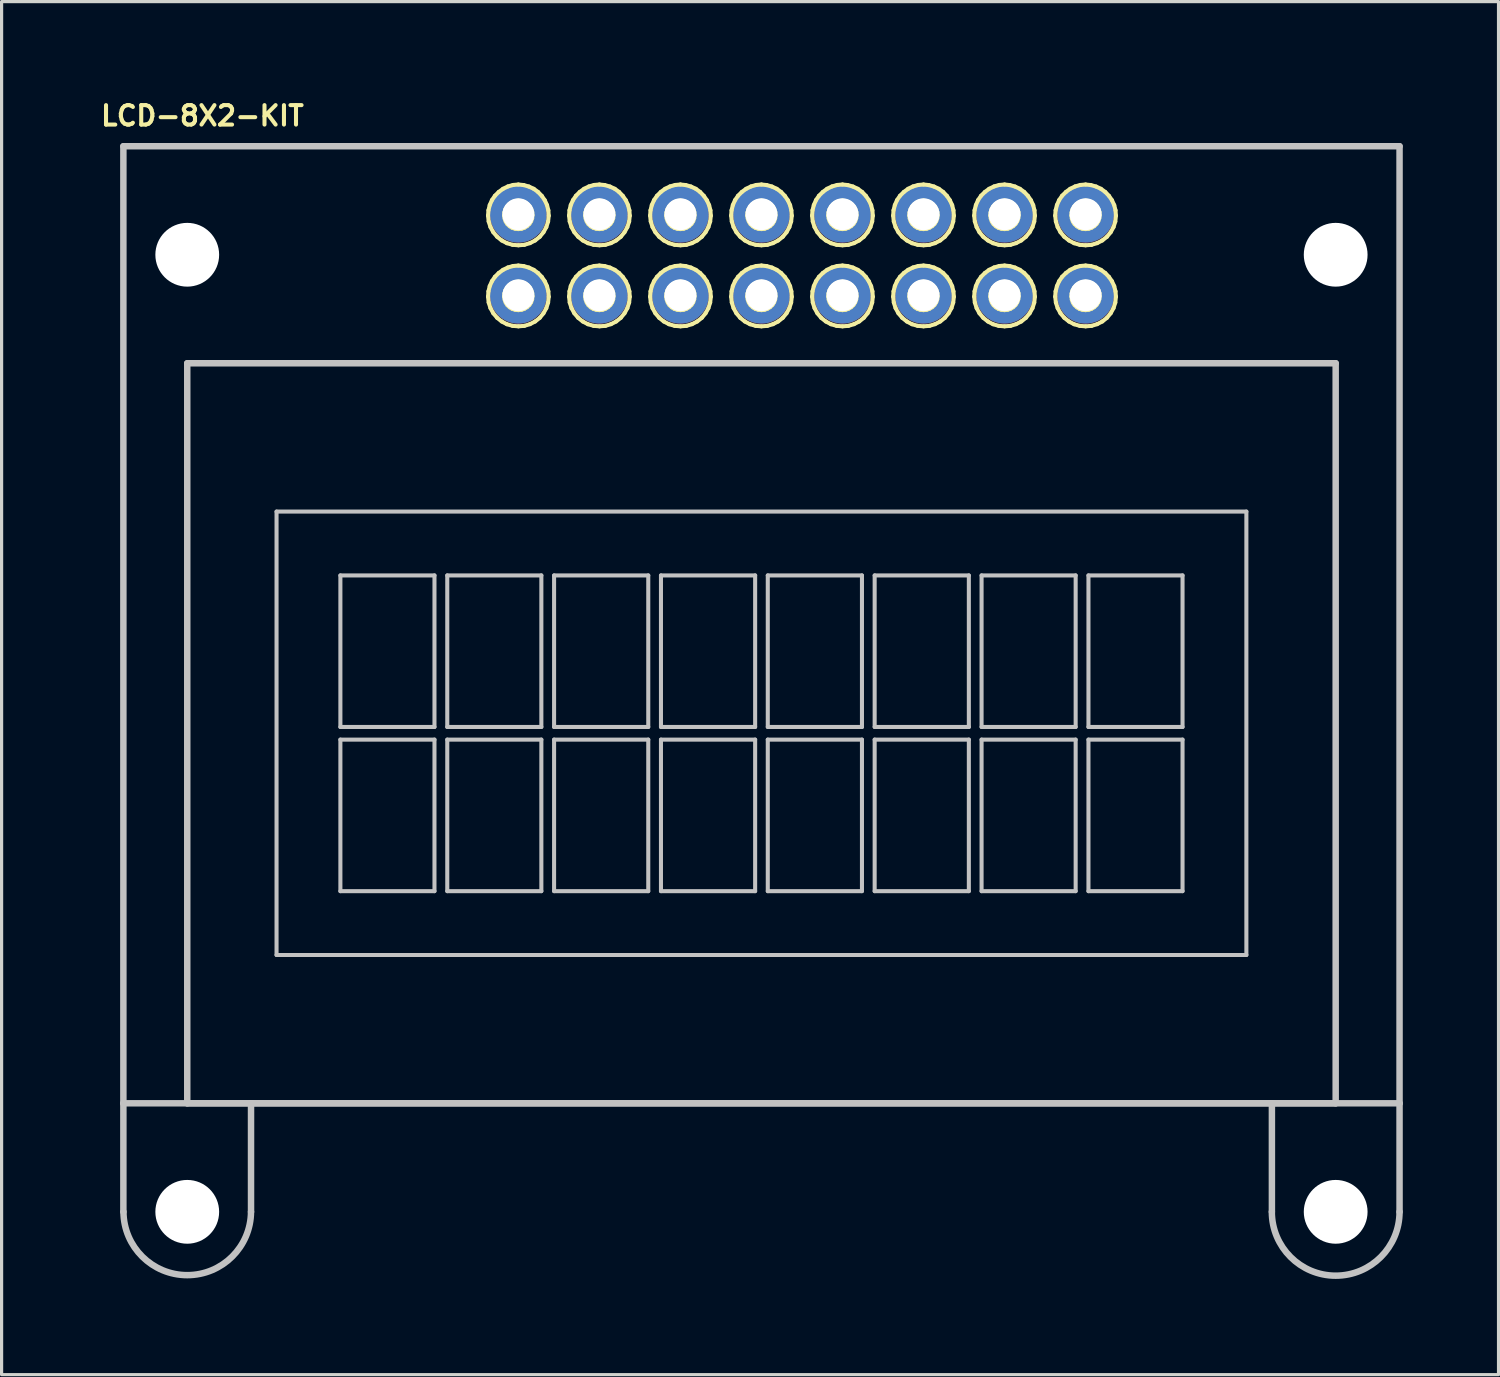
<source format=kicad_pcb>
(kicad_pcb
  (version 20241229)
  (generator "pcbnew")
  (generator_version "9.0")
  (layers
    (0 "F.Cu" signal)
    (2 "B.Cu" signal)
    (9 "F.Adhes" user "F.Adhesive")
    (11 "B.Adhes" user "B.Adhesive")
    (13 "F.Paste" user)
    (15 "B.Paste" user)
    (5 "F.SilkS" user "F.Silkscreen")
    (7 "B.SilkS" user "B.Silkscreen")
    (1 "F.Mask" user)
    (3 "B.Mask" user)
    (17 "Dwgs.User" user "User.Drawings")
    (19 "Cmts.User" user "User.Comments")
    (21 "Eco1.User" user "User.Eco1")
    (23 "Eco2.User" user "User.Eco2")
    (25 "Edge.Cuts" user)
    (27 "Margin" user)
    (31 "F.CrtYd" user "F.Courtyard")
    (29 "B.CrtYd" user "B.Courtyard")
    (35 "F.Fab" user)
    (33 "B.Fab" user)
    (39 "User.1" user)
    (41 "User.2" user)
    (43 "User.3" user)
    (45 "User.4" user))
  (footprint "LCD-8X2-KIT"
    (layer "F.Cu")
    (at 20.817 19.934)
    (property "Reference" "LCD-8X2-KIT" (at -17.523 -19.355 0) (layer "F.SilkS") (effects (font (size 0.61 0.61) (thickness 0.127))))
    (attr exclude_from_pos_files exclude_from_bom)
    (fp_line (start -8.57 -16.226) (end -8.557 -16.393) (stroke (width 0.127) (type solid)) (layer "F.SilkS"))
    (fp_line (start -8.57 -13.686) (end -8.557 -13.853) (stroke (width 0.127) (type solid)) (layer "F.SilkS"))
    (fp_line (start -8.557 -16.393) (end -8.517 -16.556) (stroke (width 0.127) (type solid)) (layer "F.SilkS"))
    (fp_line (start -8.557 -13.853) (end -8.517 -14.016) (stroke (width 0.127) (type solid)) (layer "F.SilkS"))
    (fp_line (start -8.55 -16.043) (end -8.57 -16.226) (stroke (width 0.127) (type solid)) (layer "F.SilkS"))
    (fp_line (start -8.55 -13.503) (end -8.57 -13.686) (stroke (width 0.127) (type solid)) (layer "F.SilkS"))
    (fp_line (start -8.517 -16.556) (end -8.448 -16.711) (stroke (width 0.127) (type solid)) (layer "F.SilkS"))
    (fp_line (start -8.517 -14.016) (end -8.448 -14.171) (stroke (width 0.127) (type solid)) (layer "F.SilkS"))
    (fp_line (start -8.494 -15.867) (end -8.55 -16.043) (stroke (width 0.127) (type solid)) (layer "F.SilkS"))
    (fp_line (start -8.494 -13.327) (end -8.55 -13.503) (stroke (width 0.127) (type solid)) (layer "F.SilkS"))
    (fp_line (start -8.448 -16.711) (end -8.354 -16.848) (stroke (width 0.127) (type solid)) (layer "F.SilkS"))
    (fp_line (start -8.448 -14.171) (end -8.354 -14.308) (stroke (width 0.127) (type solid)) (layer "F.SilkS"))
    (fp_line (start -8.405 -15.705) (end -8.494 -15.867) (stroke (width 0.127) (type solid)) (layer "F.SilkS"))
    (fp_line (start -8.405 -13.165) (end -8.494 -13.327) (stroke (width 0.127) (type solid)) (layer "F.SilkS"))
    (fp_line (start -8.354 -16.848) (end -8.235 -16.967) (stroke (width 0.127) (type solid)) (layer "F.SilkS"))
    (fp_line (start -8.354 -14.308) (end -8.235 -14.427) (stroke (width 0.127) (type solid)) (layer "F.SilkS"))
    (fp_line (start -8.285 -15.563) (end -8.405 -15.705) (stroke (width 0.127) (type solid)) (layer "F.SilkS"))
    (fp_line (start -8.285 -13.023) (end -8.405 -13.165) (stroke (width 0.127) (type solid)) (layer "F.SilkS"))
    (fp_line (start -8.235 -16.967) (end -8.1 -17.066) (stroke (width 0.127) (type solid)) (layer "F.SilkS"))
    (fp_line (start -8.235 -14.427) (end -8.1 -14.526) (stroke (width 0.127) (type solid)) (layer "F.SilkS"))
    (fp_line (start -8.141 -15.448) (end -8.285 -15.563) (stroke (width 0.127) (type solid)) (layer "F.SilkS"))
    (fp_line (start -8.141 -12.908) (end -8.285 -13.023) (stroke (width 0.127) (type solid)) (layer "F.SilkS"))
    (fp_line (start -8.1 -17.066) (end -7.948 -17.14) (stroke (width 0.127) (type solid)) (layer "F.SilkS"))
    (fp_line (start -8.1 -14.526) (end -7.948 -14.6) (stroke (width 0.127) (type solid)) (layer "F.SilkS"))
    (fp_line (start -8.065 -16.228) (end -8.054 -16.33) (stroke (width 0.127) (type solid)) (layer "F.SilkS"))
    (fp_line (start -8.065 -13.688) (end -8.054 -13.79) (stroke (width 0.127) (type solid)) (layer "F.SilkS"))
    (fp_line (start -8.054 -16.33) (end -8.024 -16.426) (stroke (width 0.127) (type solid)) (layer "F.SilkS"))
    (fp_line (start -8.054 -13.79) (end -8.024 -13.886) (stroke (width 0.127) (type solid)) (layer "F.SilkS"))
    (fp_line (start -8.049 -16.132) (end -8.065 -16.228) (stroke (width 0.127) (type solid)) (layer "F.SilkS"))
    (fp_line (start -8.049 -13.592) (end -8.065 -13.688) (stroke (width 0.127) (type solid)) (layer "F.SilkS"))
    (fp_line (start -8.024 -16.426) (end -7.971 -16.515) (stroke (width 0.127) (type solid)) (layer "F.SilkS"))
    (fp_line (start -8.024 -13.886) (end -7.971 -13.975) (stroke (width 0.127) (type solid)) (layer "F.SilkS"))
    (fp_line (start -8.016 -16.04) (end -8.049 -16.132) (stroke (width 0.127) (type solid)) (layer "F.SilkS"))
    (fp_line (start -8.016 -13.5) (end -8.049 -13.592) (stroke (width 0.127) (type solid)) (layer "F.SilkS"))
    (fp_line (start -7.978 -15.362) (end -8.141 -15.448) (stroke (width 0.127) (type solid)) (layer "F.SilkS"))
    (fp_line (start -7.978 -12.822) (end -8.141 -12.908) (stroke (width 0.127) (type solid)) (layer "F.SilkS"))
    (fp_line (start -7.971 -16.515) (end -7.899 -16.589) (stroke (width 0.127) (type solid)) (layer "F.SilkS"))
    (fp_line (start -7.971 -13.975) (end -7.899 -14.049) (stroke (width 0.127) (type solid)) (layer "F.SilkS"))
    (fp_line (start -7.963 -15.959) (end -8.016 -16.04) (stroke (width 0.127) (type solid)) (layer "F.SilkS"))
    (fp_line (start -7.963 -13.419) (end -8.016 -13.5) (stroke (width 0.127) (type solid)) (layer "F.SilkS"))
    (fp_line (start -7.948 -17.14) (end -7.785 -17.186) (stroke (width 0.127) (type solid)) (layer "F.SilkS"))
    (fp_line (start -7.948 -14.6) (end -7.785 -14.646) (stroke (width 0.127) (type solid)) (layer "F.SilkS"))
    (fp_line (start -7.899 -16.589) (end -7.816 -16.645) (stroke (width 0.127) (type solid)) (layer "F.SilkS"))
    (fp_line (start -7.899 -14.049) (end -7.816 -14.105) (stroke (width 0.127) (type solid)) (layer "F.SilkS"))
    (fp_line (start -7.892 -15.893) (end -7.963 -15.959) (stroke (width 0.127) (type solid)) (layer "F.SilkS"))
    (fp_line (start -7.892 -13.353) (end -7.963 -13.419) (stroke (width 0.127) (type solid)) (layer "F.SilkS"))
    (fp_line (start -7.816 -16.645) (end -7.719 -16.683) (stroke (width 0.127) (type solid)) (layer "F.SilkS"))
    (fp_line (start -7.816 -14.105) (end -7.719 -14.143) (stroke (width 0.127) (type solid)) (layer "F.SilkS"))
    (fp_line (start -7.808 -15.842) (end -7.892 -15.893) (stroke (width 0.127) (type solid)) (layer "F.SilkS"))
    (fp_line (start -7.808 -13.302) (end -7.892 -13.353) (stroke (width 0.127) (type solid)) (layer "F.SilkS"))
    (fp_line (start -7.8 -15.311) (end -7.978 -15.362) (stroke (width 0.127) (type solid)) (layer "F.SilkS"))
    (fp_line (start -7.8 -12.771) (end -7.978 -12.822) (stroke (width 0.127) (type solid)) (layer "F.SilkS"))
    (fp_line (start -7.785 -17.186) (end -7.62 -17.201) (stroke (width 0.127) (type solid)) (layer "F.SilkS"))
    (fp_line (start -7.785 -14.646) (end -7.62 -14.661) (stroke (width 0.127) (type solid)) (layer "F.SilkS"))
    (fp_line (start -7.719 -16.683) (end -7.62 -16.695) (stroke (width 0.127) (type solid)) (layer "F.SilkS"))
    (fp_line (start -7.719 -14.143) (end -7.62 -14.155) (stroke (width 0.127) (type solid)) (layer "F.SilkS"))
    (fp_line (start -7.717 -15.814) (end -7.808 -15.842) (stroke (width 0.127) (type solid)) (layer "F.SilkS"))
    (fp_line (start -7.717 -13.274) (end -7.808 -13.302) (stroke (width 0.127) (type solid)) (layer "F.SilkS"))
    (fp_line (start -7.62 -17.201) (end -7.452 -17.183) (stroke (width 0.127) (type solid)) (layer "F.SilkS"))
    (fp_line (start -7.62 -16.695) (end -7.518 -16.683) (stroke (width 0.127) (type solid)) (layer "F.SilkS"))
    (fp_line (start -7.62 -15.804) (end -7.717 -15.814) (stroke (width 0.127) (type solid)) (layer "F.SilkS"))
    (fp_line (start -7.62 -14.661) (end -7.452 -14.643) (stroke (width 0.127) (type solid)) (layer "F.SilkS"))
    (fp_line (start -7.62 -14.155) (end -7.518 -14.143) (stroke (width 0.127) (type solid)) (layer "F.SilkS"))
    (fp_line (start -7.62 -13.264) (end -7.717 -13.274) (stroke (width 0.127) (type solid)) (layer "F.SilkS"))
    (fp_line (start -7.617 -15.296) (end -7.8 -15.311) (stroke (width 0.127) (type solid)) (layer "F.SilkS"))
    (fp_line (start -7.617 -12.756) (end -7.8 -12.771) (stroke (width 0.127) (type solid)) (layer "F.SilkS"))
    (fp_line (start -7.521 -15.814) (end -7.62 -15.804) (stroke (width 0.127) (type solid)) (layer "F.SilkS"))
    (fp_line (start -7.521 -13.274) (end -7.62 -13.264) (stroke (width 0.127) (type solid)) (layer "F.SilkS"))
    (fp_line (start -7.518 -16.683) (end -7.424 -16.647) (stroke (width 0.127) (type solid)) (layer "F.SilkS"))
    (fp_line (start -7.518 -14.143) (end -7.424 -14.107) (stroke (width 0.127) (type solid)) (layer "F.SilkS"))
    (fp_line (start -7.452 -17.183) (end -7.29 -17.137) (stroke (width 0.127) (type solid)) (layer "F.SilkS"))
    (fp_line (start -7.452 -14.643) (end -7.29 -14.597) (stroke (width 0.127) (type solid)) (layer "F.SilkS"))
    (fp_line (start -7.432 -15.311) (end -7.617 -15.296) (stroke (width 0.127) (type solid)) (layer "F.SilkS"))
    (fp_line (start -7.432 -12.771) (end -7.617 -12.756) (stroke (width 0.127) (type solid)) (layer "F.SilkS"))
    (fp_line (start -7.429 -15.847) (end -7.521 -15.814) (stroke (width 0.127) (type solid)) (layer "F.SilkS"))
    (fp_line (start -7.429 -13.307) (end -7.521 -13.274) (stroke (width 0.127) (type solid)) (layer "F.SilkS"))
    (fp_line (start -7.424 -16.647) (end -7.341 -16.594) (stroke (width 0.127) (type solid)) (layer "F.SilkS"))
    (fp_line (start -7.424 -14.107) (end -7.341 -14.054) (stroke (width 0.127) (type solid)) (layer "F.SilkS"))
    (fp_line (start -7.346 -15.898) (end -7.429 -15.847) (stroke (width 0.127) (type solid)) (layer "F.SilkS"))
    (fp_line (start -7.346 -13.358) (end -7.429 -13.307) (stroke (width 0.127) (type solid)) (layer "F.SilkS"))
    (fp_line (start -7.341 -16.594) (end -7.269 -16.52) (stroke (width 0.127) (type solid)) (layer "F.SilkS"))
    (fp_line (start -7.341 -14.054) (end -7.269 -13.98) (stroke (width 0.127) (type solid)) (layer "F.SilkS"))
    (fp_line (start -7.29 -17.137) (end -7.137 -17.066) (stroke (width 0.127) (type solid)) (layer "F.SilkS"))
    (fp_line (start -7.29 -14.597) (end -7.137 -14.526) (stroke (width 0.127) (type solid)) (layer "F.SilkS"))
    (fp_line (start -7.275 -15.966) (end -7.346 -15.898) (stroke (width 0.127) (type solid)) (layer "F.SilkS"))
    (fp_line (start -7.275 -13.426) (end -7.346 -13.358) (stroke (width 0.127) (type solid)) (layer "F.SilkS"))
    (fp_line (start -7.269 -16.52) (end -7.219 -16.434) (stroke (width 0.127) (type solid)) (layer "F.SilkS"))
    (fp_line (start -7.269 -13.98) (end -7.219 -13.894) (stroke (width 0.127) (type solid)) (layer "F.SilkS"))
    (fp_line (start -7.257 -15.364) (end -7.432 -15.311) (stroke (width 0.127) (type solid)) (layer "F.SilkS"))
    (fp_line (start -7.257 -12.824) (end -7.432 -12.771) (stroke (width 0.127) (type solid)) (layer "F.SilkS"))
    (fp_line (start -7.221 -16.048) (end -7.275 -15.966) (stroke (width 0.127) (type solid)) (layer "F.SilkS"))
    (fp_line (start -7.221 -13.508) (end -7.275 -13.426) (stroke (width 0.127) (type solid)) (layer "F.SilkS"))
    (fp_line (start -7.219 -16.434) (end -7.186 -16.34) (stroke (width 0.127) (type solid)) (layer "F.SilkS"))
    (fp_line (start -7.219 -13.894) (end -7.186 -13.8) (stroke (width 0.127) (type solid)) (layer "F.SilkS"))
    (fp_line (start -7.188 -16.142) (end -7.221 -16.048) (stroke (width 0.127) (type solid)) (layer "F.SilkS"))
    (fp_line (start -7.188 -13.602) (end -7.221 -13.508) (stroke (width 0.127) (type solid)) (layer "F.SilkS"))
    (fp_line (start -7.186 -16.34) (end -7.178 -16.238) (stroke (width 0.127) (type solid)) (layer "F.SilkS"))
    (fp_line (start -7.186 -13.8) (end -7.178 -13.698) (stroke (width 0.127) (type solid)) (layer "F.SilkS"))
    (fp_line (start -7.178 -16.238) (end -7.188 -16.142) (stroke (width 0.127) (type solid)) (layer "F.SilkS"))
    (fp_line (start -7.178 -13.698) (end -7.188 -13.602) (stroke (width 0.127) (type solid)) (layer "F.SilkS"))
    (fp_line (start -7.137 -17.066) (end -7.003 -16.967) (stroke (width 0.127) (type solid)) (layer "F.SilkS"))
    (fp_line (start -7.137 -14.526) (end -7.003 -14.427) (stroke (width 0.127) (type solid)) (layer "F.SilkS"))
    (fp_line (start -7.094 -15.448) (end -7.257 -15.364) (stroke (width 0.127) (type solid)) (layer "F.SilkS"))
    (fp_line (start -7.094 -12.908) (end -7.257 -12.824) (stroke (width 0.127) (type solid)) (layer "F.SilkS"))
    (fp_line (start -7.003 -16.967) (end -6.886 -16.845) (stroke (width 0.127) (type solid)) (layer "F.SilkS"))
    (fp_line (start -7.003 -14.427) (end -6.886 -14.305) (stroke (width 0.127) (type solid)) (layer "F.SilkS"))
    (fp_line (start -6.949 -15.563) (end -7.094 -15.448) (stroke (width 0.127) (type solid)) (layer "F.SilkS"))
    (fp_line (start -6.949 -13.023) (end -7.094 -12.908) (stroke (width 0.127) (type solid)) (layer "F.SilkS"))
    (fp_line (start -6.886 -16.845) (end -6.792 -16.708) (stroke (width 0.127) (type solid)) (layer "F.SilkS"))
    (fp_line (start -6.886 -14.305) (end -6.792 -14.168) (stroke (width 0.127) (type solid)) (layer "F.SilkS"))
    (fp_line (start -6.833 -15.705) (end -6.949 -15.563) (stroke (width 0.127) (type solid)) (layer "F.SilkS"))
    (fp_line (start -6.833 -13.165) (end -6.949 -13.023) (stroke (width 0.127) (type solid)) (layer "F.SilkS"))
    (fp_line (start -6.792 -16.708) (end -6.721 -16.553) (stroke (width 0.127) (type solid)) (layer "F.SilkS"))
    (fp_line (start -6.792 -14.168) (end -6.721 -14.013) (stroke (width 0.127) (type solid)) (layer "F.SilkS"))
    (fp_line (start -6.744 -15.865) (end -6.833 -15.705) (stroke (width 0.127) (type solid)) (layer "F.SilkS"))
    (fp_line (start -6.744 -13.325) (end -6.833 -13.165) (stroke (width 0.127) (type solid)) (layer "F.SilkS"))
    (fp_line (start -6.721 -16.553) (end -6.68 -16.391) (stroke (width 0.127) (type solid)) (layer "F.SilkS"))
    (fp_line (start -6.721 -14.013) (end -6.68 -13.851) (stroke (width 0.127) (type solid)) (layer "F.SilkS"))
    (fp_line (start -6.688 -16.04) (end -6.744 -15.865) (stroke (width 0.127) (type solid)) (layer "F.SilkS"))
    (fp_line (start -6.688 -13.5) (end -6.744 -13.325) (stroke (width 0.127) (type solid)) (layer "F.SilkS"))
    (fp_line (start -6.68 -16.391) (end -6.668 -16.223) (stroke (width 0.127) (type solid)) (layer "F.SilkS"))
    (fp_line (start -6.68 -13.851) (end -6.668 -13.683) (stroke (width 0.127) (type solid)) (layer "F.SilkS"))
    (fp_line (start -6.668 -16.223) (end -6.688 -16.04) (stroke (width 0.127) (type solid)) (layer "F.SilkS"))
    (fp_line (start -6.668 -13.683) (end -6.688 -13.5) (stroke (width 0.127) (type solid)) (layer "F.SilkS"))
    (fp_line (start -6.03 -16.226) (end -6.017 -16.393) (stroke (width 0.127) (type solid)) (layer "F.SilkS"))
    (fp_line (start -6.03 -13.686) (end -6.017 -13.853) (stroke (width 0.127) (type solid)) (layer "F.SilkS"))
    (fp_line (start -6.017 -16.393) (end -5.977 -16.556) (stroke (width 0.127) (type solid)) (layer "F.SilkS"))
    (fp_line (start -6.017 -13.853) (end -5.977 -14.016) (stroke (width 0.127) (type solid)) (layer "F.SilkS"))
    (fp_line (start -6.01 -16.043) (end -6.03 -16.226) (stroke (width 0.127) (type solid)) (layer "F.SilkS"))
    (fp_line (start -6.01 -13.503) (end -6.03 -13.686) (stroke (width 0.127) (type solid)) (layer "F.SilkS"))
    (fp_line (start -5.977 -16.556) (end -5.908 -16.711) (stroke (width 0.127) (type solid)) (layer "F.SilkS"))
    (fp_line (start -5.977 -14.016) (end -5.908 -14.171) (stroke (width 0.127) (type solid)) (layer "F.SilkS"))
    (fp_line (start -5.954 -15.867) (end -6.01 -16.043) (stroke (width 0.127) (type solid)) (layer "F.SilkS"))
    (fp_line (start -5.954 -13.327) (end -6.01 -13.503) (stroke (width 0.127) (type solid)) (layer "F.SilkS"))
    (fp_line (start -5.908 -16.711) (end -5.814 -16.848) (stroke (width 0.127) (type solid)) (layer "F.SilkS"))
    (fp_line (start -5.908 -14.171) (end -5.814 -14.308) (stroke (width 0.127) (type solid)) (layer "F.SilkS"))
    (fp_line (start -5.865 -15.705) (end -5.954 -15.867) (stroke (width 0.127) (type solid)) (layer "F.SilkS"))
    (fp_line (start -5.865 -13.165) (end -5.954 -13.327) (stroke (width 0.127) (type solid)) (layer "F.SilkS"))
    (fp_line (start -5.814 -16.848) (end -5.695 -16.967) (stroke (width 0.127) (type solid)) (layer "F.SilkS"))
    (fp_line (start -5.814 -14.308) (end -5.695 -14.427) (stroke (width 0.127) (type solid)) (layer "F.SilkS"))
    (fp_line (start -5.745 -15.563) (end -5.865 -15.705) (stroke (width 0.127) (type solid)) (layer "F.SilkS"))
    (fp_line (start -5.745 -13.023) (end -5.865 -13.165) (stroke (width 0.127) (type solid)) (layer "F.SilkS"))
    (fp_line (start -5.695 -16.967) (end -5.56 -17.066) (stroke (width 0.127) (type solid)) (layer "F.SilkS"))
    (fp_line (start -5.695 -14.427) (end -5.56 -14.526) (stroke (width 0.127) (type solid)) (layer "F.SilkS"))
    (fp_line (start -5.601 -15.448) (end -5.745 -15.563) (stroke (width 0.127) (type solid)) (layer "F.SilkS"))
    (fp_line (start -5.601 -12.908) (end -5.745 -13.023) (stroke (width 0.127) (type solid)) (layer "F.SilkS"))
    (fp_line (start -5.56 -17.066) (end -5.408 -17.14) (stroke (width 0.127) (type solid)) (layer "F.SilkS"))
    (fp_line (start -5.56 -14.526) (end -5.408 -14.6) (stroke (width 0.127) (type solid)) (layer "F.SilkS"))
    (fp_line (start -5.524 -16.228) (end -5.514 -16.33) (stroke (width 0.127) (type solid)) (layer "F.SilkS"))
    (fp_line (start -5.524 -13.688) (end -5.514 -13.79) (stroke (width 0.127) (type solid)) (layer "F.SilkS"))
    (fp_line (start -5.514 -16.33) (end -5.484 -16.426) (stroke (width 0.127) (type solid)) (layer "F.SilkS"))
    (fp_line (start -5.514 -13.79) (end -5.484 -13.886) (stroke (width 0.127) (type solid)) (layer "F.SilkS"))
    (fp_line (start -5.509 -16.132) (end -5.524 -16.228) (stroke (width 0.127) (type solid)) (layer "F.SilkS"))
    (fp_line (start -5.509 -13.592) (end -5.524 -13.688) (stroke (width 0.127) (type solid)) (layer "F.SilkS"))
    (fp_line (start -5.484 -16.426) (end -5.431 -16.515) (stroke (width 0.127) (type solid)) (layer "F.SilkS"))
    (fp_line (start -5.484 -13.886) (end -5.431 -13.975) (stroke (width 0.127) (type solid)) (layer "F.SilkS"))
    (fp_line (start -5.476 -16.04) (end -5.509 -16.132) (stroke (width 0.127) (type solid)) (layer "F.SilkS"))
    (fp_line (start -5.476 -13.5) (end -5.509 -13.592) (stroke (width 0.127) (type solid)) (layer "F.SilkS"))
    (fp_line (start -5.438 -15.362) (end -5.601 -15.448) (stroke (width 0.127) (type solid)) (layer "F.SilkS"))
    (fp_line (start -5.438 -12.822) (end -5.601 -12.908) (stroke (width 0.127) (type solid)) (layer "F.SilkS"))
    (fp_line (start -5.431 -16.515) (end -5.359 -16.589) (stroke (width 0.127) (type solid)) (layer "F.SilkS"))
    (fp_line (start -5.431 -13.975) (end -5.359 -14.049) (stroke (width 0.127) (type solid)) (layer "F.SilkS"))
    (fp_line (start -5.423 -15.959) (end -5.476 -16.04) (stroke (width 0.127) (type solid)) (layer "F.SilkS"))
    (fp_line (start -5.423 -13.419) (end -5.476 -13.5) (stroke (width 0.127) (type solid)) (layer "F.SilkS"))
    (fp_line (start -5.408 -17.14) (end -5.245 -17.186) (stroke (width 0.127) (type solid)) (layer "F.SilkS"))
    (fp_line (start -5.408 -14.6) (end -5.245 -14.646) (stroke (width 0.127) (type solid)) (layer "F.SilkS"))
    (fp_line (start -5.359 -16.589) (end -5.276 -16.645) (stroke (width 0.127) (type solid)) (layer "F.SilkS"))
    (fp_line (start -5.359 -14.049) (end -5.276 -14.105) (stroke (width 0.127) (type solid)) (layer "F.SilkS"))
    (fp_line (start -5.352 -15.893) (end -5.423 -15.959) (stroke (width 0.127) (type solid)) (layer "F.SilkS"))
    (fp_line (start -5.352 -13.353) (end -5.423 -13.419) (stroke (width 0.127) (type solid)) (layer "F.SilkS"))
    (fp_line (start -5.276 -16.645) (end -5.179 -16.683) (stroke (width 0.127) (type solid)) (layer "F.SilkS"))
    (fp_line (start -5.276 -14.105) (end -5.179 -14.143) (stroke (width 0.127) (type solid)) (layer "F.SilkS"))
    (fp_line (start -5.268 -15.842) (end -5.352 -15.893) (stroke (width 0.127) (type solid)) (layer "F.SilkS"))
    (fp_line (start -5.268 -13.302) (end -5.352 -13.353) (stroke (width 0.127) (type solid)) (layer "F.SilkS"))
    (fp_line (start -5.26 -15.311) (end -5.438 -15.362) (stroke (width 0.127) (type solid)) (layer "F.SilkS"))
    (fp_line (start -5.26 -12.771) (end -5.438 -12.822) (stroke (width 0.127) (type solid)) (layer "F.SilkS"))
    (fp_line (start -5.245 -17.186) (end -5.08 -17.201) (stroke (width 0.127) (type solid)) (layer "F.SilkS"))
    (fp_line (start -5.245 -14.646) (end -5.08 -14.661) (stroke (width 0.127) (type solid)) (layer "F.SilkS"))
    (fp_line (start -5.179 -16.683) (end -5.08 -16.695) (stroke (width 0.127) (type solid)) (layer "F.SilkS"))
    (fp_line (start -5.179 -14.143) (end -5.08 -14.155) (stroke (width 0.127) (type solid)) (layer "F.SilkS"))
    (fp_line (start -5.177 -15.814) (end -5.268 -15.842) (stroke (width 0.127) (type solid)) (layer "F.SilkS"))
    (fp_line (start -5.177 -13.274) (end -5.268 -13.302) (stroke (width 0.127) (type solid)) (layer "F.SilkS"))
    (fp_line (start -5.08 -17.201) (end -4.912 -17.183) (stroke (width 0.127) (type solid)) (layer "F.SilkS"))
    (fp_line (start -5.08 -16.695) (end -4.978 -16.683) (stroke (width 0.127) (type solid)) (layer "F.SilkS"))
    (fp_line (start -5.08 -15.804) (end -5.177 -15.814) (stroke (width 0.127) (type solid)) (layer "F.SilkS"))
    (fp_line (start -5.08 -14.661) (end -4.912 -14.643) (stroke (width 0.127) (type solid)) (layer "F.SilkS"))
    (fp_line (start -5.08 -14.155) (end -4.978 -14.143) (stroke (width 0.127) (type solid)) (layer "F.SilkS"))
    (fp_line (start -5.08 -13.264) (end -5.177 -13.274) (stroke (width 0.127) (type solid)) (layer "F.SilkS"))
    (fp_line (start -5.077 -15.296) (end -5.26 -15.311) (stroke (width 0.127) (type solid)) (layer "F.SilkS"))
    (fp_line (start -5.077 -12.756) (end -5.26 -12.771) (stroke (width 0.127) (type solid)) (layer "F.SilkS"))
    (fp_line (start -4.981 -15.814) (end -5.08 -15.804) (stroke (width 0.127) (type solid)) (layer "F.SilkS"))
    (fp_line (start -4.981 -13.274) (end -5.08 -13.264) (stroke (width 0.127) (type solid)) (layer "F.SilkS"))
    (fp_line (start -4.978 -16.683) (end -4.884 -16.647) (stroke (width 0.127) (type solid)) (layer "F.SilkS"))
    (fp_line (start -4.978 -14.143) (end -4.884 -14.107) (stroke (width 0.127) (type solid)) (layer "F.SilkS"))
    (fp_line (start -4.912 -17.183) (end -4.75 -17.137) (stroke (width 0.127) (type solid)) (layer "F.SilkS"))
    (fp_line (start -4.912 -14.643) (end -4.75 -14.597) (stroke (width 0.127) (type solid)) (layer "F.SilkS"))
    (fp_line (start -4.892 -15.311) (end -5.077 -15.296) (stroke (width 0.127) (type solid)) (layer "F.SilkS"))
    (fp_line (start -4.892 -12.771) (end -5.077 -12.756) (stroke (width 0.127) (type solid)) (layer "F.SilkS"))
    (fp_line (start -4.889 -15.847) (end -4.981 -15.814) (stroke (width 0.127) (type solid)) (layer "F.SilkS"))
    (fp_line (start -4.889 -13.307) (end -4.981 -13.274) (stroke (width 0.127) (type solid)) (layer "F.SilkS"))
    (fp_line (start -4.884 -16.647) (end -4.801 -16.594) (stroke (width 0.127) (type solid)) (layer "F.SilkS"))
    (fp_line (start -4.884 -14.107) (end -4.801 -14.054) (stroke (width 0.127) (type solid)) (layer "F.SilkS"))
    (fp_line (start -4.806 -15.898) (end -4.889 -15.847) (stroke (width 0.127) (type solid)) (layer "F.SilkS"))
    (fp_line (start -4.806 -13.358) (end -4.889 -13.307) (stroke (width 0.127) (type solid)) (layer "F.SilkS"))
    (fp_line (start -4.801 -16.594) (end -4.729 -16.52) (stroke (width 0.127) (type solid)) (layer "F.SilkS"))
    (fp_line (start -4.801 -14.054) (end -4.729 -13.98) (stroke (width 0.127) (type solid)) (layer "F.SilkS"))
    (fp_line (start -4.75 -17.137) (end -4.597 -17.066) (stroke (width 0.127) (type solid)) (layer "F.SilkS"))
    (fp_line (start -4.75 -14.597) (end -4.597 -14.526) (stroke (width 0.127) (type solid)) (layer "F.SilkS"))
    (fp_line (start -4.735 -15.966) (end -4.806 -15.898) (stroke (width 0.127) (type solid)) (layer "F.SilkS"))
    (fp_line (start -4.735 -13.426) (end -4.806 -13.358) (stroke (width 0.127) (type solid)) (layer "F.SilkS"))
    (fp_line (start -4.729 -16.52) (end -4.679 -16.434) (stroke (width 0.127) (type solid)) (layer "F.SilkS"))
    (fp_line (start -4.729 -13.98) (end -4.679 -13.894) (stroke (width 0.127) (type solid)) (layer "F.SilkS"))
    (fp_line (start -4.717 -15.364) (end -4.892 -15.311) (stroke (width 0.127) (type solid)) (layer "F.SilkS"))
    (fp_line (start -4.717 -12.824) (end -4.892 -12.771) (stroke (width 0.127) (type solid)) (layer "F.SilkS"))
    (fp_line (start -4.681 -16.048) (end -4.735 -15.966) (stroke (width 0.127) (type solid)) (layer "F.SilkS"))
    (fp_line (start -4.681 -13.508) (end -4.735 -13.426) (stroke (width 0.127) (type solid)) (layer "F.SilkS"))
    (fp_line (start -4.679 -16.434) (end -4.646 -16.34) (stroke (width 0.127) (type solid)) (layer "F.SilkS"))
    (fp_line (start -4.679 -13.894) (end -4.646 -13.8) (stroke (width 0.127) (type solid)) (layer "F.SilkS"))
    (fp_line (start -4.648 -16.142) (end -4.681 -16.048) (stroke (width 0.127) (type solid)) (layer "F.SilkS"))
    (fp_line (start -4.648 -13.602) (end -4.681 -13.508) (stroke (width 0.127) (type solid)) (layer "F.SilkS"))
    (fp_line (start -4.646 -16.34) (end -4.638 -16.238) (stroke (width 0.127) (type solid)) (layer "F.SilkS"))
    (fp_line (start -4.646 -13.8) (end -4.638 -13.698) (stroke (width 0.127) (type solid)) (layer "F.SilkS"))
    (fp_line (start -4.638 -16.238) (end -4.648 -16.142) (stroke (width 0.127) (type solid)) (layer "F.SilkS"))
    (fp_line (start -4.638 -13.698) (end -4.648 -13.602) (stroke (width 0.127) (type solid)) (layer "F.SilkS"))
    (fp_line (start -4.597 -17.066) (end -4.463 -16.967) (stroke (width 0.127) (type solid)) (layer "F.SilkS"))
    (fp_line (start -4.597 -14.526) (end -4.463 -14.427) (stroke (width 0.127) (type solid)) (layer "F.SilkS"))
    (fp_line (start -4.554 -15.448) (end -4.717 -15.364) (stroke (width 0.127) (type solid)) (layer "F.SilkS"))
    (fp_line (start -4.554 -12.908) (end -4.717 -12.824) (stroke (width 0.127) (type solid)) (layer "F.SilkS"))
    (fp_line (start -4.463 -16.967) (end -4.346 -16.845) (stroke (width 0.127) (type solid)) (layer "F.SilkS"))
    (fp_line (start -4.463 -14.427) (end -4.346 -14.305) (stroke (width 0.127) (type solid)) (layer "F.SilkS"))
    (fp_line (start -4.409 -15.563) (end -4.554 -15.448) (stroke (width 0.127) (type solid)) (layer "F.SilkS"))
    (fp_line (start -4.409 -13.023) (end -4.554 -12.908) (stroke (width 0.127) (type solid)) (layer "F.SilkS"))
    (fp_line (start -4.346 -16.845) (end -4.252 -16.708) (stroke (width 0.127) (type solid)) (layer "F.SilkS"))
    (fp_line (start -4.346 -14.305) (end -4.252 -14.168) (stroke (width 0.127) (type solid)) (layer "F.SilkS"))
    (fp_line (start -4.293 -15.705) (end -4.409 -15.563) (stroke (width 0.127) (type solid)) (layer "F.SilkS"))
    (fp_line (start -4.293 -13.165) (end -4.409 -13.023) (stroke (width 0.127) (type solid)) (layer "F.SilkS"))
    (fp_line (start -4.252 -16.708) (end -4.181 -16.553) (stroke (width 0.127) (type solid)) (layer "F.SilkS"))
    (fp_line (start -4.252 -14.168) (end -4.181 -14.013) (stroke (width 0.127) (type solid)) (layer "F.SilkS"))
    (fp_line (start -4.204 -15.865) (end -4.293 -15.705) (stroke (width 0.127) (type solid)) (layer "F.SilkS"))
    (fp_line (start -4.204 -13.325) (end -4.293 -13.165) (stroke (width 0.127) (type solid)) (layer "F.SilkS"))
    (fp_line (start -4.181 -16.553) (end -4.14 -16.391) (stroke (width 0.127) (type solid)) (layer "F.SilkS"))
    (fp_line (start -4.181 -14.013) (end -4.14 -13.851) (stroke (width 0.127) (type solid)) (layer "F.SilkS"))
    (fp_line (start -4.148 -16.04) (end -4.204 -15.865) (stroke (width 0.127) (type solid)) (layer "F.SilkS"))
    (fp_line (start -4.148 -13.5) (end -4.204 -13.325) (stroke (width 0.127) (type solid)) (layer "F.SilkS"))
    (fp_line (start -4.14 -16.391) (end -4.128 -16.223) (stroke (width 0.127) (type solid)) (layer "F.SilkS"))
    (fp_line (start -4.14 -13.851) (end -4.128 -13.683) (stroke (width 0.127) (type solid)) (layer "F.SilkS"))
    (fp_line (start -4.128 -16.223) (end -4.148 -16.04) (stroke (width 0.127) (type solid)) (layer "F.SilkS"))
    (fp_line (start -4.128 -13.683) (end -4.148 -13.5) (stroke (width 0.127) (type solid)) (layer "F.SilkS"))
    (fp_line (start -3.49 -16.226) (end -3.477 -16.393) (stroke (width 0.127) (type solid)) (layer "F.SilkS"))
    (fp_line (start -3.49 -13.686) (end -3.477 -13.853) (stroke (width 0.127) (type solid)) (layer "F.SilkS"))
    (fp_line (start -3.477 -16.393) (end -3.437 -16.556) (stroke (width 0.127) (type solid)) (layer "F.SilkS"))
    (fp_line (start -3.477 -13.853) (end -3.437 -14.016) (stroke (width 0.127) (type solid)) (layer "F.SilkS"))
    (fp_line (start -3.47 -16.043) (end -3.49 -16.226) (stroke (width 0.127) (type solid)) (layer "F.SilkS"))
    (fp_line (start -3.47 -13.503) (end -3.49 -13.686) (stroke (width 0.127) (type solid)) (layer "F.SilkS"))
    (fp_line (start -3.437 -16.556) (end -3.368 -16.711) (stroke (width 0.127) (type solid)) (layer "F.SilkS"))
    (fp_line (start -3.437 -14.016) (end -3.368 -14.171) (stroke (width 0.127) (type solid)) (layer "F.SilkS"))
    (fp_line (start -3.414 -15.867) (end -3.47 -16.043) (stroke (width 0.127) (type solid)) (layer "F.SilkS"))
    (fp_line (start -3.414 -13.327) (end -3.47 -13.503) (stroke (width 0.127) (type solid)) (layer "F.SilkS"))
    (fp_line (start -3.368 -16.711) (end -3.274 -16.848) (stroke (width 0.127) (type solid)) (layer "F.SilkS"))
    (fp_line (start -3.368 -14.171) (end -3.274 -14.308) (stroke (width 0.127) (type solid)) (layer "F.SilkS"))
    (fp_line (start -3.325 -15.705) (end -3.414 -15.867) (stroke (width 0.127) (type solid)) (layer "F.SilkS"))
    (fp_line (start -3.325 -13.165) (end -3.414 -13.327) (stroke (width 0.127) (type solid)) (layer "F.SilkS"))
    (fp_line (start -3.274 -16.848) (end -3.155 -16.967) (stroke (width 0.127) (type solid)) (layer "F.SilkS"))
    (fp_line (start -3.274 -14.308) (end -3.155 -14.427) (stroke (width 0.127) (type solid)) (layer "F.SilkS"))
    (fp_line (start -3.205 -15.563) (end -3.325 -15.705) (stroke (width 0.127) (type solid)) (layer "F.SilkS"))
    (fp_line (start -3.205 -13.023) (end -3.325 -13.165) (stroke (width 0.127) (type solid)) (layer "F.SilkS"))
    (fp_line (start -3.155 -16.967) (end -3.02 -17.066) (stroke (width 0.127) (type solid)) (layer "F.SilkS"))
    (fp_line (start -3.155 -14.427) (end -3.02 -14.526) (stroke (width 0.127) (type solid)) (layer "F.SilkS"))
    (fp_line (start -3.061 -15.448) (end -3.205 -15.563) (stroke (width 0.127) (type solid)) (layer "F.SilkS"))
    (fp_line (start -3.061 -12.908) (end -3.205 -13.023) (stroke (width 0.127) (type solid)) (layer "F.SilkS"))
    (fp_line (start -3.02 -17.066) (end -2.868 -17.14) (stroke (width 0.127) (type solid)) (layer "F.SilkS"))
    (fp_line (start -3.02 -14.526) (end -2.868 -14.6) (stroke (width 0.127) (type solid)) (layer "F.SilkS"))
    (fp_line (start -2.985 -16.228) (end -2.974 -16.33) (stroke (width 0.127) (type solid)) (layer "F.SilkS"))
    (fp_line (start -2.985 -13.688) (end -2.974 -13.79) (stroke (width 0.127) (type solid)) (layer "F.SilkS"))
    (fp_line (start -2.974 -16.33) (end -2.944 -16.426) (stroke (width 0.127) (type solid)) (layer "F.SilkS"))
    (fp_line (start -2.974 -13.79) (end -2.944 -13.886) (stroke (width 0.127) (type solid)) (layer "F.SilkS"))
    (fp_line (start -2.969 -16.132) (end -2.985 -16.228) (stroke (width 0.127) (type solid)) (layer "F.SilkS"))
    (fp_line (start -2.969 -13.592) (end -2.985 -13.688) (stroke (width 0.127) (type solid)) (layer "F.SilkS"))
    (fp_line (start -2.944 -16.426) (end -2.891 -16.515) (stroke (width 0.127) (type solid)) (layer "F.SilkS"))
    (fp_line (start -2.944 -13.886) (end -2.891 -13.975) (stroke (width 0.127) (type solid)) (layer "F.SilkS"))
    (fp_line (start -2.936 -16.04) (end -2.969 -16.132) (stroke (width 0.127) (type solid)) (layer "F.SilkS"))
    (fp_line (start -2.936 -13.5) (end -2.969 -13.592) (stroke (width 0.127) (type solid)) (layer "F.SilkS"))
    (fp_line (start -2.898 -15.362) (end -3.061 -15.448) (stroke (width 0.127) (type solid)) (layer "F.SilkS"))
    (fp_line (start -2.898 -12.822) (end -3.061 -12.908) (stroke (width 0.127) (type solid)) (layer "F.SilkS"))
    (fp_line (start -2.891 -16.515) (end -2.819 -16.589) (stroke (width 0.127) (type solid)) (layer "F.SilkS"))
    (fp_line (start -2.891 -13.975) (end -2.819 -14.049) (stroke (width 0.127) (type solid)) (layer "F.SilkS"))
    (fp_line (start -2.883 -15.959) (end -2.936 -16.04) (stroke (width 0.127) (type solid)) (layer "F.SilkS"))
    (fp_line (start -2.883 -13.419) (end -2.936 -13.5) (stroke (width 0.127) (type solid)) (layer "F.SilkS"))
    (fp_line (start -2.868 -17.14) (end -2.705 -17.186) (stroke (width 0.127) (type solid)) (layer "F.SilkS"))
    (fp_line (start -2.868 -14.6) (end -2.705 -14.646) (stroke (width 0.127) (type solid)) (layer "F.SilkS"))
    (fp_line (start -2.819 -16.589) (end -2.736 -16.645) (stroke (width 0.127) (type solid)) (layer "F.SilkS"))
    (fp_line (start -2.819 -14.049) (end -2.736 -14.105) (stroke (width 0.127) (type solid)) (layer "F.SilkS"))
    (fp_line (start -2.812 -15.893) (end -2.883 -15.959) (stroke (width 0.127) (type solid)) (layer "F.SilkS"))
    (fp_line (start -2.812 -13.353) (end -2.883 -13.419) (stroke (width 0.127) (type solid)) (layer "F.SilkS"))
    (fp_line (start -2.736 -16.645) (end -2.639 -16.683) (stroke (width 0.127) (type solid)) (layer "F.SilkS"))
    (fp_line (start -2.736 -14.105) (end -2.639 -14.143) (stroke (width 0.127) (type solid)) (layer "F.SilkS"))
    (fp_line (start -2.728 -15.842) (end -2.812 -15.893) (stroke (width 0.127) (type solid)) (layer "F.SilkS"))
    (fp_line (start -2.728 -13.302) (end -2.812 -13.353) (stroke (width 0.127) (type solid)) (layer "F.SilkS"))
    (fp_line (start -2.72 -15.311) (end -2.898 -15.362) (stroke (width 0.127) (type solid)) (layer "F.SilkS"))
    (fp_line (start -2.72 -12.771) (end -2.898 -12.822) (stroke (width 0.127) (type solid)) (layer "F.SilkS"))
    (fp_line (start -2.705 -17.186) (end -2.54 -17.201) (stroke (width 0.127) (type solid)) (layer "F.SilkS"))
    (fp_line (start -2.705 -14.646) (end -2.54 -14.661) (stroke (width 0.127) (type solid)) (layer "F.SilkS"))
    (fp_line (start -2.639 -16.683) (end -2.54 -16.695) (stroke (width 0.127) (type solid)) (layer "F.SilkS"))
    (fp_line (start -2.639 -14.143) (end -2.54 -14.155) (stroke (width 0.127) (type solid)) (layer "F.SilkS"))
    (fp_line (start -2.637 -15.814) (end -2.728 -15.842) (stroke (width 0.127) (type solid)) (layer "F.SilkS"))
    (fp_line (start -2.637 -13.274) (end -2.728 -13.302) (stroke (width 0.127) (type solid)) (layer "F.SilkS"))
    (fp_line (start -2.54 -17.201) (end -2.372 -17.183) (stroke (width 0.127) (type solid)) (layer "F.SilkS"))
    (fp_line (start -2.54 -16.695) (end -2.438 -16.683) (stroke (width 0.127) (type solid)) (layer "F.SilkS"))
    (fp_line (start -2.54 -15.804) (end -2.637 -15.814) (stroke (width 0.127) (type solid)) (layer "F.SilkS"))
    (fp_line (start -2.54 -14.661) (end -2.372 -14.643) (stroke (width 0.127) (type solid)) (layer "F.SilkS"))
    (fp_line (start -2.54 -14.155) (end -2.438 -14.143) (stroke (width 0.127) (type solid)) (layer "F.SilkS"))
    (fp_line (start -2.54 -13.264) (end -2.637 -13.274) (stroke (width 0.127) (type solid)) (layer "F.SilkS"))
    (fp_line (start -2.537 -15.296) (end -2.72 -15.311) (stroke (width 0.127) (type solid)) (layer "F.SilkS"))
    (fp_line (start -2.537 -12.756) (end -2.72 -12.771) (stroke (width 0.127) (type solid)) (layer "F.SilkS"))
    (fp_line (start -2.441 -15.814) (end -2.54 -15.804) (stroke (width 0.127) (type solid)) (layer "F.SilkS"))
    (fp_line (start -2.441 -13.274) (end -2.54 -13.264) (stroke (width 0.127) (type solid)) (layer "F.SilkS"))
    (fp_line (start -2.438 -16.683) (end -2.344 -16.647) (stroke (width 0.127) (type solid)) (layer "F.SilkS"))
    (fp_line (start -2.438 -14.143) (end -2.344 -14.107) (stroke (width 0.127) (type solid)) (layer "F.SilkS"))
    (fp_line (start -2.372 -17.183) (end -2.21 -17.137) (stroke (width 0.127) (type solid)) (layer "F.SilkS"))
    (fp_line (start -2.372 -14.643) (end -2.21 -14.597) (stroke (width 0.127) (type solid)) (layer "F.SilkS"))
    (fp_line (start -2.352 -15.311) (end -2.537 -15.296) (stroke (width 0.127) (type solid)) (layer "F.SilkS"))
    (fp_line (start -2.352 -12.771) (end -2.537 -12.756) (stroke (width 0.127) (type solid)) (layer "F.SilkS"))
    (fp_line (start -2.349 -15.847) (end -2.441 -15.814) (stroke (width 0.127) (type solid)) (layer "F.SilkS"))
    (fp_line (start -2.349 -13.307) (end -2.441 -13.274) (stroke (width 0.127) (type solid)) (layer "F.SilkS"))
    (fp_line (start -2.344 -16.647) (end -2.261 -16.594) (stroke (width 0.127) (type solid)) (layer "F.SilkS"))
    (fp_line (start -2.344 -14.107) (end -2.261 -14.054) (stroke (width 0.127) (type solid)) (layer "F.SilkS"))
    (fp_line (start -2.266 -15.898) (end -2.349 -15.847) (stroke (width 0.127) (type solid)) (layer "F.SilkS"))
    (fp_line (start -2.266 -13.358) (end -2.349 -13.307) (stroke (width 0.127) (type solid)) (layer "F.SilkS"))
    (fp_line (start -2.261 -16.594) (end -2.189 -16.52) (stroke (width 0.127) (type solid)) (layer "F.SilkS"))
    (fp_line (start -2.261 -14.054) (end -2.189 -13.98) (stroke (width 0.127) (type solid)) (layer "F.SilkS"))
    (fp_line (start -2.21 -17.137) (end -2.057 -17.066) (stroke (width 0.127) (type solid)) (layer "F.SilkS"))
    (fp_line (start -2.21 -14.597) (end -2.057 -14.526) (stroke (width 0.127) (type solid)) (layer "F.SilkS"))
    (fp_line (start -2.195 -15.966) (end -2.266 -15.898) (stroke (width 0.127) (type solid)) (layer "F.SilkS"))
    (fp_line (start -2.195 -13.426) (end -2.266 -13.358) (stroke (width 0.127) (type solid)) (layer "F.SilkS"))
    (fp_line (start -2.189 -16.52) (end -2.139 -16.434) (stroke (width 0.127) (type solid)) (layer "F.SilkS"))
    (fp_line (start -2.189 -13.98) (end -2.139 -13.894) (stroke (width 0.127) (type solid)) (layer "F.SilkS"))
    (fp_line (start -2.177 -15.364) (end -2.352 -15.311) (stroke (width 0.127) (type solid)) (layer "F.SilkS"))
    (fp_line (start -2.177 -12.824) (end -2.352 -12.771) (stroke (width 0.127) (type solid)) (layer "F.SilkS"))
    (fp_line (start -2.141 -16.048) (end -2.195 -15.966) (stroke (width 0.127) (type solid)) (layer "F.SilkS"))
    (fp_line (start -2.141 -13.508) (end -2.195 -13.426) (stroke (width 0.127) (type solid)) (layer "F.SilkS"))
    (fp_line (start -2.139 -16.434) (end -2.106 -16.34) (stroke (width 0.127) (type solid)) (layer "F.SilkS"))
    (fp_line (start -2.139 -13.894) (end -2.106 -13.8) (stroke (width 0.127) (type solid)) (layer "F.SilkS"))
    (fp_line (start -2.108 -16.142) (end -2.141 -16.048) (stroke (width 0.127) (type solid)) (layer "F.SilkS"))
    (fp_line (start -2.108 -13.602) (end -2.141 -13.508) (stroke (width 0.127) (type solid)) (layer "F.SilkS"))
    (fp_line (start -2.106 -16.34) (end -2.098 -16.238) (stroke (width 0.127) (type solid)) (layer "F.SilkS"))
    (fp_line (start -2.106 -13.8) (end -2.098 -13.698) (stroke (width 0.127) (type solid)) (layer "F.SilkS"))
    (fp_line (start -2.098 -16.238) (end -2.108 -16.142) (stroke (width 0.127) (type solid)) (layer "F.SilkS"))
    (fp_line (start -2.098 -13.698) (end -2.108 -13.602) (stroke (width 0.127) (type solid)) (layer "F.SilkS"))
    (fp_line (start -2.057 -17.066) (end -1.923 -16.967) (stroke (width 0.127) (type solid)) (layer "F.SilkS"))
    (fp_line (start -2.057 -14.526) (end -1.923 -14.427) (stroke (width 0.127) (type solid)) (layer "F.SilkS"))
    (fp_line (start -2.014 -15.448) (end -2.177 -15.364) (stroke (width 0.127) (type solid)) (layer "F.SilkS"))
    (fp_line (start -2.014 -12.908) (end -2.177 -12.824) (stroke (width 0.127) (type solid)) (layer "F.SilkS"))
    (fp_line (start -1.923 -16.967) (end -1.806 -16.845) (stroke (width 0.127) (type solid)) (layer "F.SilkS"))
    (fp_line (start -1.923 -14.427) (end -1.806 -14.305) (stroke (width 0.127) (type solid)) (layer "F.SilkS"))
    (fp_line (start -1.869 -15.563) (end -2.014 -15.448) (stroke (width 0.127) (type solid)) (layer "F.SilkS"))
    (fp_line (start -1.869 -13.023) (end -2.014 -12.908) (stroke (width 0.127) (type solid)) (layer "F.SilkS"))
    (fp_line (start -1.806 -16.845) (end -1.712 -16.708) (stroke (width 0.127) (type solid)) (layer "F.SilkS"))
    (fp_line (start -1.806 -14.305) (end -1.712 -14.168) (stroke (width 0.127) (type solid)) (layer "F.SilkS"))
    (fp_line (start -1.753 -15.705) (end -1.869 -15.563) (stroke (width 0.127) (type solid)) (layer "F.SilkS"))
    (fp_line (start -1.753 -13.165) (end -1.869 -13.023) (stroke (width 0.127) (type solid)) (layer "F.SilkS"))
    (fp_line (start -1.712 -16.708) (end -1.641 -16.553) (stroke (width 0.127) (type solid)) (layer "F.SilkS"))
    (fp_line (start -1.712 -14.168) (end -1.641 -14.013) (stroke (width 0.127) (type solid)) (layer "F.SilkS"))
    (fp_line (start -1.664 -15.865) (end -1.753 -15.705) (stroke (width 0.127) (type solid)) (layer "F.SilkS"))
    (fp_line (start -1.664 -13.325) (end -1.753 -13.165) (stroke (width 0.127) (type solid)) (layer "F.SilkS"))
    (fp_line (start -1.641 -16.553) (end -1.6 -16.391) (stroke (width 0.127) (type solid)) (layer "F.SilkS"))
    (fp_line (start -1.641 -14.013) (end -1.6 -13.851) (stroke (width 0.127) (type solid)) (layer "F.SilkS"))
    (fp_line (start -1.608 -16.04) (end -1.664 -15.865) (stroke (width 0.127) (type solid)) (layer "F.SilkS"))
    (fp_line (start -1.608 -13.5) (end -1.664 -13.325) (stroke (width 0.127) (type solid)) (layer "F.SilkS"))
    (fp_line (start -1.6 -16.391) (end -1.587 -16.223) (stroke (width 0.127) (type solid)) (layer "F.SilkS"))
    (fp_line (start -1.6 -13.851) (end -1.587 -13.683) (stroke (width 0.127) (type solid)) (layer "F.SilkS"))
    (fp_line (start -1.587 -16.223) (end -1.608 -16.04) (stroke (width 0.127) (type solid)) (layer "F.SilkS"))
    (fp_line (start -1.587 -13.683) (end -1.608 -13.5) (stroke (width 0.127) (type solid)) (layer "F.SilkS"))
    (fp_line (start -0.95 -16.226) (end -0.937 -16.393) (stroke (width 0.127) (type solid)) (layer "F.SilkS"))
    (fp_line (start -0.95 -13.686) (end -0.937 -13.853) (stroke (width 0.127) (type solid)) (layer "F.SilkS"))
    (fp_line (start -0.937 -16.393) (end -0.897 -16.556) (stroke (width 0.127) (type solid)) (layer "F.SilkS"))
    (fp_line (start -0.937 -13.853) (end -0.897 -14.016) (stroke (width 0.127) (type solid)) (layer "F.SilkS"))
    (fp_line (start -0.93 -16.043) (end -0.95 -16.226) (stroke (width 0.127) (type solid)) (layer "F.SilkS"))
    (fp_line (start -0.93 -13.503) (end -0.95 -13.686) (stroke (width 0.127) (type solid)) (layer "F.SilkS"))
    (fp_line (start -0.897 -16.556) (end -0.828 -16.711) (stroke (width 0.127) (type solid)) (layer "F.SilkS"))
    (fp_line (start -0.897 -14.016) (end -0.828 -14.171) (stroke (width 0.127) (type solid)) (layer "F.SilkS"))
    (fp_line (start -0.874 -15.867) (end -0.93 -16.043) (stroke (width 0.127) (type solid)) (layer "F.SilkS"))
    (fp_line (start -0.874 -13.327) (end -0.93 -13.503) (stroke (width 0.127) (type solid)) (layer "F.SilkS"))
    (fp_line (start -0.828 -16.711) (end -0.734 -16.848) (stroke (width 0.127) (type solid)) (layer "F.SilkS"))
    (fp_line (start -0.828 -14.171) (end -0.734 -14.308) (stroke (width 0.127) (type solid)) (layer "F.SilkS"))
    (fp_line (start -0.785 -15.705) (end -0.874 -15.867) (stroke (width 0.127) (type solid)) (layer "F.SilkS"))
    (fp_line (start -0.785 -13.165) (end -0.874 -13.327) (stroke (width 0.127) (type solid)) (layer "F.SilkS"))
    (fp_line (start -0.734 -16.848) (end -0.615 -16.967) (stroke (width 0.127) (type solid)) (layer "F.SilkS"))
    (fp_line (start -0.734 -14.308) (end -0.615 -14.427) (stroke (width 0.127) (type solid)) (layer "F.SilkS"))
    (fp_line (start -0.665 -15.563) (end -0.785 -15.705) (stroke (width 0.127) (type solid)) (layer "F.SilkS"))
    (fp_line (start -0.665 -13.023) (end -0.785 -13.165) (stroke (width 0.127) (type solid)) (layer "F.SilkS"))
    (fp_line (start -0.615 -16.967) (end -0.48 -17.066) (stroke (width 0.127) (type solid)) (layer "F.SilkS"))
    (fp_line (start -0.615 -14.427) (end -0.48 -14.526) (stroke (width 0.127) (type solid)) (layer "F.SilkS"))
    (fp_line (start -0.521 -15.448) (end -0.665 -15.563) (stroke (width 0.127) (type solid)) (layer "F.SilkS"))
    (fp_line (start -0.521 -12.908) (end -0.665 -13.023) (stroke (width 0.127) (type solid)) (layer "F.SilkS"))
    (fp_line (start -0.48 -17.066) (end -0.328 -17.14) (stroke (width 0.127) (type solid)) (layer "F.SilkS"))
    (fp_line (start -0.48 -14.526) (end -0.328 -14.6) (stroke (width 0.127) (type solid)) (layer "F.SilkS"))
    (fp_line (start -0.445 -16.228) (end -0.434 -16.33) (stroke (width 0.127) (type solid)) (layer "F.SilkS"))
    (fp_line (start -0.445 -13.688) (end -0.434 -13.79) (stroke (width 0.127) (type solid)) (layer "F.SilkS"))
    (fp_line (start -0.434 -16.33) (end -0.404 -16.426) (stroke (width 0.127) (type solid)) (layer "F.SilkS"))
    (fp_line (start -0.434 -13.79) (end -0.404 -13.886) (stroke (width 0.127) (type solid)) (layer "F.SilkS"))
    (fp_line (start -0.429 -16.132) (end -0.445 -16.228) (stroke (width 0.127) (type solid)) (layer "F.SilkS"))
    (fp_line (start -0.429 -13.592) (end -0.445 -13.688) (stroke (width 0.127) (type solid)) (layer "F.SilkS"))
    (fp_line (start -0.404 -16.426) (end -0.351 -16.515) (stroke (width 0.127) (type solid)) (layer "F.SilkS"))
    (fp_line (start -0.404 -13.886) (end -0.351 -13.975) (stroke (width 0.127) (type solid)) (layer "F.SilkS"))
    (fp_line (start -0.396 -16.04) (end -0.429 -16.132) (stroke (width 0.127) (type solid)) (layer "F.SilkS"))
    (fp_line (start -0.396 -13.5) (end -0.429 -13.592) (stroke (width 0.127) (type solid)) (layer "F.SilkS"))
    (fp_line (start -0.358 -15.362) (end -0.521 -15.448) (stroke (width 0.127) (type solid)) (layer "F.SilkS"))
    (fp_line (start -0.358 -12.822) (end -0.521 -12.908) (stroke (width 0.127) (type solid)) (layer "F.SilkS"))
    (fp_line (start -0.351 -16.515) (end -0.279 -16.589) (stroke (width 0.127) (type solid)) (layer "F.SilkS"))
    (fp_line (start -0.351 -13.975) (end -0.279 -14.049) (stroke (width 0.127) (type solid)) (layer "F.SilkS"))
    (fp_line (start -0.343 -15.959) (end -0.396 -16.04) (stroke (width 0.127) (type solid)) (layer "F.SilkS"))
    (fp_line (start -0.343 -13.419) (end -0.396 -13.5) (stroke (width 0.127) (type solid)) (layer "F.SilkS"))
    (fp_line (start -0.328 -17.14) (end -0.165 -17.186) (stroke (width 0.127) (type solid)) (layer "F.SilkS"))
    (fp_line (start -0.328 -14.6) (end -0.165 -14.646) (stroke (width 0.127) (type solid)) (layer "F.SilkS"))
    (fp_line (start -0.279 -16.589) (end -0.196 -16.645) (stroke (width 0.127) (type solid)) (layer "F.SilkS"))
    (fp_line (start -0.279 -14.049) (end -0.196 -14.105) (stroke (width 0.127) (type solid)) (layer "F.SilkS"))
    (fp_line (start -0.272 -15.893) (end -0.343 -15.959) (stroke (width 0.127) (type solid)) (layer "F.SilkS"))
    (fp_line (start -0.272 -13.353) (end -0.343 -13.419) (stroke (width 0.127) (type solid)) (layer "F.SilkS"))
    (fp_line (start -0.196 -16.645) (end -0.099 -16.683) (stroke (width 0.127) (type solid)) (layer "F.SilkS"))
    (fp_line (start -0.196 -14.105) (end -0.099 -14.143) (stroke (width 0.127) (type solid)) (layer "F.SilkS"))
    (fp_line (start -0.188 -15.842) (end -0.272 -15.893) (stroke (width 0.127) (type solid)) (layer "F.SilkS"))
    (fp_line (start -0.188 -13.302) (end -0.272 -13.353) (stroke (width 0.127) (type solid)) (layer "F.SilkS"))
    (fp_line (start -0.18 -15.311) (end -0.358 -15.362) (stroke (width 0.127) (type solid)) (layer "F.SilkS"))
    (fp_line (start -0.18 -12.771) (end -0.358 -12.822) (stroke (width 0.127) (type solid)) (layer "F.SilkS"))
    (fp_line (start -0.165 -17.186) (end 0 -17.201) (stroke (width 0.127) (type solid)) (layer "F.SilkS"))
    (fp_line (start -0.165 -14.646) (end 0 -14.661) (stroke (width 0.127) (type solid)) (layer "F.SilkS"))
    (fp_line (start -0.099 -16.683) (end 0 -16.695) (stroke (width 0.127) (type solid)) (layer "F.SilkS"))
    (fp_line (start -0.099 -14.143) (end 0 -14.155) (stroke (width 0.127) (type solid)) (layer "F.SilkS"))
    (fp_line (start -0.097 -15.814) (end -0.188 -15.842) (stroke (width 0.127) (type solid)) (layer "F.SilkS"))
    (fp_line (start -0.097 -13.274) (end -0.188 -13.302) (stroke (width 0.127) (type solid)) (layer "F.SilkS"))
    (fp_line (start 0 -17.201) (end 0.165 -17.183) (stroke (width 0.127) (type solid)) (layer "F.SilkS"))
    (fp_line (start 0 -16.695) (end 0.099 -16.683) (stroke (width 0.127) (type solid)) (layer "F.SilkS"))
    (fp_line (start 0 -15.804) (end -0.097 -15.814) (stroke (width 0.127) (type solid)) (layer "F.SilkS"))
    (fp_line (start 0 -15.296) (end -0.18 -15.311) (stroke (width 0.127) (type solid)) (layer "F.SilkS"))
    (fp_line (start 0 -14.661) (end 0.165 -14.643) (stroke (width 0.127) (type solid)) (layer "F.SilkS"))
    (fp_line (start 0 -14.155) (end 0.099 -14.143) (stroke (width 0.127) (type solid)) (layer "F.SilkS"))
    (fp_line (start 0 -13.264) (end -0.097 -13.274) (stroke (width 0.127) (type solid)) (layer "F.SilkS"))
    (fp_line (start 0 -12.756) (end -0.18 -12.771) (stroke (width 0.127) (type solid)) (layer "F.SilkS"))
    (fp_line (start 0.097 -15.814) (end 0 -15.804) (stroke (width 0.127) (type solid)) (layer "F.SilkS"))
    (fp_line (start 0.097 -13.274) (end 0 -13.264) (stroke (width 0.127) (type solid)) (layer "F.SilkS"))
    (fp_line (start 0.099 -16.683) (end 0.193 -16.647) (stroke (width 0.127) (type solid)) (layer "F.SilkS"))
    (fp_line (start 0.099 -14.143) (end 0.193 -14.107) (stroke (width 0.127) (type solid)) (layer "F.SilkS"))
    (fp_line (start 0.165 -17.183) (end 0.328 -17.137) (stroke (width 0.127) (type solid)) (layer "F.SilkS"))
    (fp_line (start 0.165 -14.643) (end 0.328 -14.597) (stroke (width 0.127) (type solid)) (layer "F.SilkS"))
    (fp_line (start 0.185 -15.311) (end 0 -15.296) (stroke (width 0.127) (type solid)) (layer "F.SilkS"))
    (fp_line (start 0.185 -12.771) (end 0 -12.756) (stroke (width 0.127) (type solid)) (layer "F.SilkS"))
    (fp_line (start 0.188 -15.847) (end 0.097 -15.814) (stroke (width 0.127) (type solid)) (layer "F.SilkS"))
    (fp_line (start 0.188 -13.307) (end 0.097 -13.274) (stroke (width 0.127) (type solid)) (layer "F.SilkS"))
    (fp_line (start 0.193 -16.647) (end 0.277 -16.594) (stroke (width 0.127) (type solid)) (layer "F.SilkS"))
    (fp_line (start 0.193 -14.107) (end 0.277 -14.054) (stroke (width 0.127) (type solid)) (layer "F.SilkS"))
    (fp_line (start 0.272 -15.898) (end 0.188 -15.847) (stroke (width 0.127) (type solid)) (layer "F.SilkS"))
    (fp_line (start 0.272 -13.358) (end 0.188 -13.307) (stroke (width 0.127) (type solid)) (layer "F.SilkS"))
    (fp_line (start 0.277 -16.594) (end 0.348 -16.52) (stroke (width 0.127) (type solid)) (layer "F.SilkS"))
    (fp_line (start 0.277 -14.054) (end 0.348 -13.98) (stroke (width 0.127) (type solid)) (layer "F.SilkS"))
    (fp_line (start 0.328 -17.137) (end 0.48 -17.066) (stroke (width 0.127) (type solid)) (layer "F.SilkS"))
    (fp_line (start 0.328 -14.597) (end 0.48 -14.526) (stroke (width 0.127) (type solid)) (layer "F.SilkS"))
    (fp_line (start 0.343 -15.966) (end 0.272 -15.898) (stroke (width 0.127) (type solid)) (layer "F.SilkS"))
    (fp_line (start 0.343 -13.426) (end 0.272 -13.358) (stroke (width 0.127) (type solid)) (layer "F.SilkS"))
    (fp_line (start 0.348 -16.52) (end 0.399 -16.434) (stroke (width 0.127) (type solid)) (layer "F.SilkS"))
    (fp_line (start 0.348 -13.98) (end 0.399 -13.894) (stroke (width 0.127) (type solid)) (layer "F.SilkS"))
    (fp_line (start 0.361 -15.364) (end 0.185 -15.311) (stroke (width 0.127) (type solid)) (layer "F.SilkS"))
    (fp_line (start 0.361 -12.824) (end 0.185 -12.771) (stroke (width 0.127) (type solid)) (layer "F.SilkS"))
    (fp_line (start 0.396 -16.048) (end 0.343 -15.966) (stroke (width 0.127) (type solid)) (layer "F.SilkS"))
    (fp_line (start 0.396 -13.508) (end 0.343 -13.426) (stroke (width 0.127) (type solid)) (layer "F.SilkS"))
    (fp_line (start 0.399 -16.434) (end 0.432 -16.34) (stroke (width 0.127) (type solid)) (layer "F.SilkS"))
    (fp_line (start 0.399 -13.894) (end 0.432 -13.8) (stroke (width 0.127) (type solid)) (layer "F.SilkS"))
    (fp_line (start 0.429 -16.142) (end 0.396 -16.048) (stroke (width 0.127) (type solid)) (layer "F.SilkS"))
    (fp_line (start 0.429 -13.602) (end 0.396 -13.508) (stroke (width 0.127) (type solid)) (layer "F.SilkS"))
    (fp_line (start 0.432 -16.34) (end 0.439 -16.238) (stroke (width 0.127) (type solid)) (layer "F.SilkS"))
    (fp_line (start 0.432 -13.8) (end 0.439 -13.698) (stroke (width 0.127) (type solid)) (layer "F.SilkS"))
    (fp_line (start 0.439 -16.238) (end 0.429 -16.142) (stroke (width 0.127) (type solid)) (layer "F.SilkS"))
    (fp_line (start 0.439 -13.698) (end 0.429 -13.602) (stroke (width 0.127) (type solid)) (layer "F.SilkS"))
    (fp_line (start 0.48 -17.066) (end 0.615 -16.967) (stroke (width 0.127) (type solid)) (layer "F.SilkS"))
    (fp_line (start 0.48 -14.526) (end 0.615 -14.427) (stroke (width 0.127) (type solid)) (layer "F.SilkS"))
    (fp_line (start 0.523 -15.448) (end 0.361 -15.364) (stroke (width 0.127) (type solid)) (layer "F.SilkS"))
    (fp_line (start 0.523 -12.908) (end 0.361 -12.824) (stroke (width 0.127) (type solid)) (layer "F.SilkS"))
    (fp_line (start 0.615 -16.967) (end 0.732 -16.845) (stroke (width 0.127) (type solid)) (layer "F.SilkS"))
    (fp_line (start 0.615 -14.427) (end 0.732 -14.305) (stroke (width 0.127) (type solid)) (layer "F.SilkS"))
    (fp_line (start 0.668 -15.563) (end 0.523 -15.448) (stroke (width 0.127) (type solid)) (layer "F.SilkS"))
    (fp_line (start 0.668 -13.023) (end 0.523 -12.908) (stroke (width 0.127) (type solid)) (layer "F.SilkS"))
    (fp_line (start 0.732 -16.845) (end 0.826 -16.708) (stroke (width 0.127) (type solid)) (layer "F.SilkS"))
    (fp_line (start 0.732 -14.305) (end 0.826 -14.168) (stroke (width 0.127) (type solid)) (layer "F.SilkS"))
    (fp_line (start 0.785 -15.705) (end 0.668 -15.563) (stroke (width 0.127) (type solid)) (layer "F.SilkS"))
    (fp_line (start 0.785 -13.165) (end 0.668 -13.023) (stroke (width 0.127) (type solid)) (layer "F.SilkS"))
    (fp_line (start 0.826 -16.708) (end 0.897 -16.553) (stroke (width 0.127) (type solid)) (layer "F.SilkS"))
    (fp_line (start 0.826 -14.168) (end 0.897 -14.013) (stroke (width 0.127) (type solid)) (layer "F.SilkS"))
    (fp_line (start 0.874 -15.865) (end 0.785 -15.705) (stroke (width 0.127) (type solid)) (layer "F.SilkS"))
    (fp_line (start 0.874 -13.325) (end 0.785 -13.165) (stroke (width 0.127) (type solid)) (layer "F.SilkS"))
    (fp_line (start 0.897 -16.553) (end 0.937 -16.391) (stroke (width 0.127) (type solid)) (layer "F.SilkS"))
    (fp_line (start 0.897 -14.013) (end 0.937 -13.851) (stroke (width 0.127) (type solid)) (layer "F.SilkS"))
    (fp_line (start 0.93 -16.04) (end 0.874 -15.865) (stroke (width 0.127) (type solid)) (layer "F.SilkS"))
    (fp_line (start 0.93 -13.5) (end 0.874 -13.325) (stroke (width 0.127) (type solid)) (layer "F.SilkS"))
    (fp_line (start 0.937 -16.391) (end 0.95 -16.223) (stroke (width 0.127) (type solid)) (layer "F.SilkS"))
    (fp_line (start 0.937 -13.851) (end 0.95 -13.683) (stroke (width 0.127) (type solid)) (layer "F.SilkS"))
    (fp_line (start 0.95 -16.223) (end 0.93 -16.04) (stroke (width 0.127) (type solid)) (layer "F.SilkS"))
    (fp_line (start 0.95 -13.683) (end 0.93 -13.5) (stroke (width 0.127) (type solid)) (layer "F.SilkS"))
    (fp_line (start 1.587 -16.226) (end 1.6 -16.393) (stroke (width 0.127) (type solid)) (layer "F.SilkS"))
    (fp_line (start 1.587 -13.686) (end 1.6 -13.853) (stroke (width 0.127) (type solid)) (layer "F.SilkS"))
    (fp_line (start 1.6 -16.393) (end 1.641 -16.556) (stroke (width 0.127) (type solid)) (layer "F.SilkS"))
    (fp_line (start 1.6 -13.853) (end 1.641 -14.016) (stroke (width 0.127) (type solid)) (layer "F.SilkS"))
    (fp_line (start 1.608 -16.043) (end 1.587 -16.226) (stroke (width 0.127) (type solid)) (layer "F.SilkS"))
    (fp_line (start 1.608 -13.503) (end 1.587 -13.686) (stroke (width 0.127) (type solid)) (layer "F.SilkS"))
    (fp_line (start 1.641 -16.556) (end 1.709 -16.711) (stroke (width 0.127) (type solid)) (layer "F.SilkS"))
    (fp_line (start 1.641 -14.016) (end 1.709 -14.171) (stroke (width 0.127) (type solid)) (layer "F.SilkS"))
    (fp_line (start 1.664 -15.867) (end 1.608 -16.043) (stroke (width 0.127) (type solid)) (layer "F.SilkS"))
    (fp_line (start 1.664 -13.327) (end 1.608 -13.503) (stroke (width 0.127) (type solid)) (layer "F.SilkS"))
    (fp_line (start 1.709 -16.711) (end 1.803 -16.848) (stroke (width 0.127) (type solid)) (layer "F.SilkS"))
    (fp_line (start 1.709 -14.171) (end 1.803 -14.308) (stroke (width 0.127) (type solid)) (layer "F.SilkS"))
    (fp_line (start 1.753 -15.705) (end 1.664 -15.867) (stroke (width 0.127) (type solid)) (layer "F.SilkS"))
    (fp_line (start 1.753 -13.165) (end 1.664 -13.327) (stroke (width 0.127) (type solid)) (layer "F.SilkS"))
    (fp_line (start 1.803 -16.848) (end 1.923 -16.967) (stroke (width 0.127) (type solid)) (layer "F.SilkS"))
    (fp_line (start 1.803 -14.308) (end 1.923 -14.427) (stroke (width 0.127) (type solid)) (layer "F.SilkS"))
    (fp_line (start 1.872 -15.563) (end 1.753 -15.705) (stroke (width 0.127) (type solid)) (layer "F.SilkS"))
    (fp_line (start 1.872 -13.023) (end 1.753 -13.165) (stroke (width 0.127) (type solid)) (layer "F.SilkS"))
    (fp_line (start 1.923 -16.967) (end 2.057 -17.066) (stroke (width 0.127) (type solid)) (layer "F.SilkS"))
    (fp_line (start 1.923 -14.427) (end 2.057 -14.526) (stroke (width 0.127) (type solid)) (layer "F.SilkS"))
    (fp_line (start 2.017 -15.448) (end 1.872 -15.563) (stroke (width 0.127) (type solid)) (layer "F.SilkS"))
    (fp_line (start 2.017 -12.908) (end 1.872 -13.023) (stroke (width 0.127) (type solid)) (layer "F.SilkS"))
    (fp_line (start 2.057 -17.066) (end 2.21 -17.14) (stroke (width 0.127) (type solid)) (layer "F.SilkS"))
    (fp_line (start 2.057 -14.526) (end 2.21 -14.6) (stroke (width 0.127) (type solid)) (layer "F.SilkS"))
    (fp_line (start 2.095 -16.228) (end 2.103 -16.33) (stroke (width 0.127) (type solid)) (layer "F.SilkS"))
    (fp_line (start 2.095 -13.688) (end 2.103 -13.79) (stroke (width 0.127) (type solid)) (layer "F.SilkS"))
    (fp_line (start 2.103 -16.33) (end 2.134 -16.426) (stroke (width 0.127) (type solid)) (layer "F.SilkS"))
    (fp_line (start 2.103 -13.79) (end 2.134 -13.886) (stroke (width 0.127) (type solid)) (layer "F.SilkS"))
    (fp_line (start 2.108 -16.132) (end 2.095 -16.228) (stroke (width 0.127) (type solid)) (layer "F.SilkS"))
    (fp_line (start 2.108 -13.592) (end 2.095 -13.688) (stroke (width 0.127) (type solid)) (layer "F.SilkS"))
    (fp_line (start 2.134 -16.426) (end 2.187 -16.515) (stroke (width 0.127) (type solid)) (layer "F.SilkS"))
    (fp_line (start 2.134 -13.886) (end 2.187 -13.975) (stroke (width 0.127) (type solid)) (layer "F.SilkS"))
    (fp_line (start 2.141 -16.04) (end 2.108 -16.132) (stroke (width 0.127) (type solid)) (layer "F.SilkS"))
    (fp_line (start 2.141 -13.5) (end 2.108 -13.592) (stroke (width 0.127) (type solid)) (layer "F.SilkS"))
    (fp_line (start 2.179 -15.362) (end 2.017 -15.448) (stroke (width 0.127) (type solid)) (layer "F.SilkS"))
    (fp_line (start 2.179 -12.822) (end 2.017 -12.908) (stroke (width 0.127) (type solid)) (layer "F.SilkS"))
    (fp_line (start 2.187 -16.515) (end 2.258 -16.589) (stroke (width 0.127) (type solid)) (layer "F.SilkS"))
    (fp_line (start 2.187 -13.975) (end 2.258 -14.049) (stroke (width 0.127) (type solid)) (layer "F.SilkS"))
    (fp_line (start 2.195 -15.959) (end 2.141 -16.04) (stroke (width 0.127) (type solid)) (layer "F.SilkS"))
    (fp_line (start 2.195 -13.419) (end 2.141 -13.5) (stroke (width 0.127) (type solid)) (layer "F.SilkS"))
    (fp_line (start 2.21 -17.14) (end 2.372 -17.186) (stroke (width 0.127) (type solid)) (layer "F.SilkS"))
    (fp_line (start 2.21 -14.6) (end 2.372 -14.646) (stroke (width 0.127) (type solid)) (layer "F.SilkS"))
    (fp_line (start 2.258 -16.589) (end 2.342 -16.645) (stroke (width 0.127) (type solid)) (layer "F.SilkS"))
    (fp_line (start 2.258 -14.049) (end 2.342 -14.105) (stroke (width 0.127) (type solid)) (layer "F.SilkS"))
    (fp_line (start 2.266 -15.893) (end 2.195 -15.959) (stroke (width 0.127) (type solid)) (layer "F.SilkS"))
    (fp_line (start 2.266 -13.353) (end 2.195 -13.419) (stroke (width 0.127) (type solid)) (layer "F.SilkS"))
    (fp_line (start 2.342 -16.645) (end 2.438 -16.683) (stroke (width 0.127) (type solid)) (layer "F.SilkS"))
    (fp_line (start 2.342 -14.105) (end 2.438 -14.143) (stroke (width 0.127) (type solid)) (layer "F.SilkS"))
    (fp_line (start 2.349 -15.842) (end 2.266 -15.893) (stroke (width 0.127) (type solid)) (layer "F.SilkS"))
    (fp_line (start 2.349 -13.302) (end 2.266 -13.353) (stroke (width 0.127) (type solid)) (layer "F.SilkS"))
    (fp_line (start 2.357 -15.311) (end 2.179 -15.362) (stroke (width 0.127) (type solid)) (layer "F.SilkS"))
    (fp_line (start 2.357 -12.771) (end 2.179 -12.822) (stroke (width 0.127) (type solid)) (layer "F.SilkS"))
    (fp_line (start 2.372 -17.186) (end 2.54 -17.201) (stroke (width 0.127) (type solid)) (layer "F.SilkS"))
    (fp_line (start 2.372 -14.646) (end 2.54 -14.661) (stroke (width 0.127) (type solid)) (layer "F.SilkS"))
    (fp_line (start 2.438 -16.683) (end 2.54 -16.695) (stroke (width 0.127) (type solid)) (layer "F.SilkS"))
    (fp_line (start 2.438 -14.143) (end 2.54 -14.155) (stroke (width 0.127) (type solid)) (layer "F.SilkS"))
    (fp_line (start 2.441 -15.814) (end 2.349 -15.842) (stroke (width 0.127) (type solid)) (layer "F.SilkS"))
    (fp_line (start 2.441 -13.274) (end 2.349 -13.302) (stroke (width 0.127) (type solid)) (layer "F.SilkS"))
    (fp_line (start 2.54 -17.201) (end 2.705 -17.183) (stroke (width 0.127) (type solid)) (layer "F.SilkS"))
    (fp_line (start 2.54 -16.695) (end 2.639 -16.683) (stroke (width 0.127) (type solid)) (layer "F.SilkS"))
    (fp_line (start 2.54 -15.804) (end 2.441 -15.814) (stroke (width 0.127) (type solid)) (layer "F.SilkS"))
    (fp_line (start 2.54 -15.296) (end 2.357 -15.311) (stroke (width 0.127) (type solid)) (layer "F.SilkS"))
    (fp_line (start 2.54 -14.661) (end 2.705 -14.643) (stroke (width 0.127) (type solid)) (layer "F.SilkS"))
    (fp_line (start 2.54 -14.155) (end 2.639 -14.143) (stroke (width 0.127) (type solid)) (layer "F.SilkS"))
    (fp_line (start 2.54 -13.264) (end 2.441 -13.274) (stroke (width 0.127) (type solid)) (layer "F.SilkS"))
    (fp_line (start 2.54 -12.756) (end 2.357 -12.771) (stroke (width 0.127) (type solid)) (layer "F.SilkS"))
    (fp_line (start 2.637 -15.814) (end 2.54 -15.804) (stroke (width 0.127) (type solid)) (layer "F.SilkS"))
    (fp_line (start 2.637 -13.274) (end 2.54 -13.264) (stroke (width 0.127) (type solid)) (layer "F.SilkS"))
    (fp_line (start 2.639 -16.683) (end 2.733 -16.647) (stroke (width 0.127) (type solid)) (layer "F.SilkS"))
    (fp_line (start 2.639 -14.143) (end 2.733 -14.107) (stroke (width 0.127) (type solid)) (layer "F.SilkS"))
    (fp_line (start 2.705 -17.183) (end 2.868 -17.137) (stroke (width 0.127) (type solid)) (layer "F.SilkS"))
    (fp_line (start 2.705 -14.643) (end 2.868 -14.597) (stroke (width 0.127) (type solid)) (layer "F.SilkS"))
    (fp_line (start 2.725 -15.311) (end 2.54 -15.296) (stroke (width 0.127) (type solid)) (layer "F.SilkS"))
    (fp_line (start 2.725 -12.771) (end 2.54 -12.756) (stroke (width 0.127) (type solid)) (layer "F.SilkS"))
    (fp_line (start 2.728 -15.847) (end 2.637 -15.814) (stroke (width 0.127) (type solid)) (layer "F.SilkS"))
    (fp_line (start 2.728 -13.307) (end 2.637 -13.274) (stroke (width 0.127) (type solid)) (layer "F.SilkS"))
    (fp_line (start 2.733 -16.647) (end 2.817 -16.594) (stroke (width 0.127) (type solid)) (layer "F.SilkS"))
    (fp_line (start 2.733 -14.107) (end 2.817 -14.054) (stroke (width 0.127) (type solid)) (layer "F.SilkS"))
    (fp_line (start 2.812 -15.898) (end 2.728 -15.847) (stroke (width 0.127) (type solid)) (layer "F.SilkS"))
    (fp_line (start 2.812 -13.358) (end 2.728 -13.307) (stroke (width 0.127) (type solid)) (layer "F.SilkS"))
    (fp_line (start 2.817 -16.594) (end 2.888 -16.52) (stroke (width 0.127) (type solid)) (layer "F.SilkS"))
    (fp_line (start 2.817 -14.054) (end 2.888 -13.98) (stroke (width 0.127) (type solid)) (layer "F.SilkS"))
    (fp_line (start 2.868 -17.137) (end 3.02 -17.066) (stroke (width 0.127) (type solid)) (layer "F.SilkS"))
    (fp_line (start 2.868 -14.597) (end 3.02 -14.526) (stroke (width 0.127) (type solid)) (layer "F.SilkS"))
    (fp_line (start 2.883 -15.966) (end 2.812 -15.898) (stroke (width 0.127) (type solid)) (layer "F.SilkS"))
    (fp_line (start 2.883 -13.426) (end 2.812 -13.358) (stroke (width 0.127) (type solid)) (layer "F.SilkS"))
    (fp_line (start 2.888 -16.52) (end 2.939 -16.434) (stroke (width 0.127) (type solid)) (layer "F.SilkS"))
    (fp_line (start 2.888 -13.98) (end 2.939 -13.894) (stroke (width 0.127) (type solid)) (layer "F.SilkS"))
    (fp_line (start 2.901 -15.364) (end 2.725 -15.311) (stroke (width 0.127) (type solid)) (layer "F.SilkS"))
    (fp_line (start 2.901 -12.824) (end 2.725 -12.771) (stroke (width 0.127) (type solid)) (layer "F.SilkS"))
    (fp_line (start 2.936 -16.048) (end 2.883 -15.966) (stroke (width 0.127) (type solid)) (layer "F.SilkS"))
    (fp_line (start 2.936 -13.508) (end 2.883 -13.426) (stroke (width 0.127) (type solid)) (layer "F.SilkS"))
    (fp_line (start 2.939 -16.434) (end 2.972 -16.34) (stroke (width 0.127) (type solid)) (layer "F.SilkS"))
    (fp_line (start 2.939 -13.894) (end 2.972 -13.8) (stroke (width 0.127) (type solid)) (layer "F.SilkS"))
    (fp_line (start 2.969 -16.142) (end 2.936 -16.048) (stroke (width 0.127) (type solid)) (layer "F.SilkS"))
    (fp_line (start 2.969 -13.602) (end 2.936 -13.508) (stroke (width 0.127) (type solid)) (layer "F.SilkS"))
    (fp_line (start 2.972 -16.34) (end 2.979 -16.238) (stroke (width 0.127) (type solid)) (layer "F.SilkS"))
    (fp_line (start 2.972 -13.8) (end 2.979 -13.698) (stroke (width 0.127) (type solid)) (layer "F.SilkS"))
    (fp_line (start 2.979 -16.238) (end 2.969 -16.142) (stroke (width 0.127) (type solid)) (layer "F.SilkS"))
    (fp_line (start 2.979 -13.698) (end 2.969 -13.602) (stroke (width 0.127) (type solid)) (layer "F.SilkS"))
    (fp_line (start 3.02 -17.066) (end 3.155 -16.967) (stroke (width 0.127) (type solid)) (layer "F.SilkS"))
    (fp_line (start 3.02 -14.526) (end 3.155 -14.427) (stroke (width 0.127) (type solid)) (layer "F.SilkS"))
    (fp_line (start 3.063 -15.448) (end 2.901 -15.364) (stroke (width 0.127) (type solid)) (layer "F.SilkS"))
    (fp_line (start 3.063 -12.908) (end 2.901 -12.824) (stroke (width 0.127) (type solid)) (layer "F.SilkS"))
    (fp_line (start 3.155 -16.967) (end 3.272 -16.845) (stroke (width 0.127) (type solid)) (layer "F.SilkS"))
    (fp_line (start 3.155 -14.427) (end 3.272 -14.305) (stroke (width 0.127) (type solid)) (layer "F.SilkS"))
    (fp_line (start 3.208 -15.563) (end 3.063 -15.448) (stroke (width 0.127) (type solid)) (layer "F.SilkS"))
    (fp_line (start 3.208 -13.023) (end 3.063 -12.908) (stroke (width 0.127) (type solid)) (layer "F.SilkS"))
    (fp_line (start 3.272 -16.845) (end 3.365 -16.708) (stroke (width 0.127) (type solid)) (layer "F.SilkS"))
    (fp_line (start 3.272 -14.305) (end 3.365 -14.168) (stroke (width 0.127) (type solid)) (layer "F.SilkS"))
    (fp_line (start 3.325 -15.705) (end 3.208 -15.563) (stroke (width 0.127) (type solid)) (layer "F.SilkS"))
    (fp_line (start 3.325 -13.165) (end 3.208 -13.023) (stroke (width 0.127) (type solid)) (layer "F.SilkS"))
    (fp_line (start 3.365 -16.708) (end 3.437 -16.553) (stroke (width 0.127) (type solid)) (layer "F.SilkS"))
    (fp_line (start 3.365 -14.168) (end 3.437 -14.013) (stroke (width 0.127) (type solid)) (layer "F.SilkS"))
    (fp_line (start 3.414 -15.865) (end 3.325 -15.705) (stroke (width 0.127) (type solid)) (layer "F.SilkS"))
    (fp_line (start 3.414 -13.325) (end 3.325 -13.165) (stroke (width 0.127) (type solid)) (layer "F.SilkS"))
    (fp_line (start 3.437 -16.553) (end 3.477 -16.391) (stroke (width 0.127) (type solid)) (layer "F.SilkS"))
    (fp_line (start 3.437 -14.013) (end 3.477 -13.851) (stroke (width 0.127) (type solid)) (layer "F.SilkS"))
    (fp_line (start 3.47 -16.04) (end 3.414 -15.865) (stroke (width 0.127) (type solid)) (layer "F.SilkS"))
    (fp_line (start 3.47 -13.5) (end 3.414 -13.325) (stroke (width 0.127) (type solid)) (layer "F.SilkS"))
    (fp_line (start 3.477 -16.391) (end 3.49 -16.223) (stroke (width 0.127) (type solid)) (layer "F.SilkS"))
    (fp_line (start 3.477 -13.851) (end 3.49 -13.683) (stroke (width 0.127) (type solid)) (layer "F.SilkS"))
    (fp_line (start 3.49 -16.223) (end 3.47 -16.04) (stroke (width 0.127) (type solid)) (layer "F.SilkS"))
    (fp_line (start 3.49 -13.683) (end 3.47 -13.5) (stroke (width 0.127) (type solid)) (layer "F.SilkS"))
    (fp_line (start 4.128 -16.226) (end 4.14 -16.393) (stroke (width 0.127) (type solid)) (layer "F.SilkS"))
    (fp_line (start 4.128 -13.686) (end 4.14 -13.853) (stroke (width 0.127) (type solid)) (layer "F.SilkS"))
    (fp_line (start 4.14 -16.393) (end 4.181 -16.556) (stroke (width 0.127) (type solid)) (layer "F.SilkS"))
    (fp_line (start 4.14 -13.853) (end 4.181 -14.016) (stroke (width 0.127) (type solid)) (layer "F.SilkS"))
    (fp_line (start 4.148 -16.043) (end 4.128 -16.226) (stroke (width 0.127) (type solid)) (layer "F.SilkS"))
    (fp_line (start 4.148 -13.503) (end 4.128 -13.686) (stroke (width 0.127) (type solid)) (layer "F.SilkS"))
    (fp_line (start 4.181 -16.556) (end 4.249 -16.711) (stroke (width 0.127) (type solid)) (layer "F.SilkS"))
    (fp_line (start 4.181 -14.016) (end 4.249 -14.171) (stroke (width 0.127) (type solid)) (layer "F.SilkS"))
    (fp_line (start 4.204 -15.867) (end 4.148 -16.043) (stroke (width 0.127) (type solid)) (layer "F.SilkS"))
    (fp_line (start 4.204 -13.327) (end 4.148 -13.503) (stroke (width 0.127) (type solid)) (layer "F.SilkS"))
    (fp_line (start 4.249 -16.711) (end 4.343 -16.848) (stroke (width 0.127) (type solid)) (layer "F.SilkS"))
    (fp_line (start 4.249 -14.171) (end 4.343 -14.308) (stroke (width 0.127) (type solid)) (layer "F.SilkS"))
    (fp_line (start 4.293 -15.705) (end 4.204 -15.867) (stroke (width 0.127) (type solid)) (layer "F.SilkS"))
    (fp_line (start 4.293 -13.165) (end 4.204 -13.327) (stroke (width 0.127) (type solid)) (layer "F.SilkS"))
    (fp_line (start 4.343 -16.848) (end 4.463 -16.967) (stroke (width 0.127) (type solid)) (layer "F.SilkS"))
    (fp_line (start 4.343 -14.308) (end 4.463 -14.427) (stroke (width 0.127) (type solid)) (layer "F.SilkS"))
    (fp_line (start 4.412 -15.563) (end 4.293 -15.705) (stroke (width 0.127) (type solid)) (layer "F.SilkS"))
    (fp_line (start 4.412 -13.023) (end 4.293 -13.165) (stroke (width 0.127) (type solid)) (layer "F.SilkS"))
    (fp_line (start 4.463 -16.967) (end 4.597 -17.066) (stroke (width 0.127) (type solid)) (layer "F.SilkS"))
    (fp_line (start 4.463 -14.427) (end 4.597 -14.526) (stroke (width 0.127) (type solid)) (layer "F.SilkS"))
    (fp_line (start 4.557 -15.448) (end 4.412 -15.563) (stroke (width 0.127) (type solid)) (layer "F.SilkS"))
    (fp_line (start 4.557 -12.908) (end 4.412 -13.023) (stroke (width 0.127) (type solid)) (layer "F.SilkS"))
    (fp_line (start 4.597 -17.066) (end 4.75 -17.14) (stroke (width 0.127) (type solid)) (layer "F.SilkS"))
    (fp_line (start 4.597 -14.526) (end 4.75 -14.6) (stroke (width 0.127) (type solid)) (layer "F.SilkS"))
    (fp_line (start 4.636 -16.228) (end 4.643 -16.33) (stroke (width 0.127) (type solid)) (layer "F.SilkS"))
    (fp_line (start 4.636 -13.688) (end 4.643 -13.79) (stroke (width 0.127) (type solid)) (layer "F.SilkS"))
    (fp_line (start 4.643 -16.33) (end 4.674 -16.426) (stroke (width 0.127) (type solid)) (layer "F.SilkS"))
    (fp_line (start 4.643 -13.79) (end 4.674 -13.886) (stroke (width 0.127) (type solid)) (layer "F.SilkS"))
    (fp_line (start 4.648 -16.132) (end 4.636 -16.228) (stroke (width 0.127) (type solid)) (layer "F.SilkS"))
    (fp_line (start 4.648 -13.592) (end 4.636 -13.688) (stroke (width 0.127) (type solid)) (layer "F.SilkS"))
    (fp_line (start 4.674 -16.426) (end 4.727 -16.515) (stroke (width 0.127) (type solid)) (layer "F.SilkS"))
    (fp_line (start 4.674 -13.886) (end 4.727 -13.975) (stroke (width 0.127) (type solid)) (layer "F.SilkS"))
    (fp_line (start 4.681 -16.04) (end 4.648 -16.132) (stroke (width 0.127) (type solid)) (layer "F.SilkS"))
    (fp_line (start 4.681 -13.5) (end 4.648 -13.592) (stroke (width 0.127) (type solid)) (layer "F.SilkS"))
    (fp_line (start 4.719 -15.362) (end 4.557 -15.448) (stroke (width 0.127) (type solid)) (layer "F.SilkS"))
    (fp_line (start 4.719 -12.822) (end 4.557 -12.908) (stroke (width 0.127) (type solid)) (layer "F.SilkS"))
    (fp_line (start 4.727 -16.515) (end 4.798 -16.589) (stroke (width 0.127) (type solid)) (layer "F.SilkS"))
    (fp_line (start 4.727 -13.975) (end 4.798 -14.049) (stroke (width 0.127) (type solid)) (layer "F.SilkS"))
    (fp_line (start 4.735 -15.959) (end 4.681 -16.04) (stroke (width 0.127) (type solid)) (layer "F.SilkS"))
    (fp_line (start 4.735 -13.419) (end 4.681 -13.5) (stroke (width 0.127) (type solid)) (layer "F.SilkS"))
    (fp_line (start 4.75 -17.14) (end 4.912 -17.186) (stroke (width 0.127) (type solid)) (layer "F.SilkS"))
    (fp_line (start 4.75 -14.6) (end 4.912 -14.646) (stroke (width 0.127) (type solid)) (layer "F.SilkS"))
    (fp_line (start 4.798 -16.589) (end 4.882 -16.645) (stroke (width 0.127) (type solid)) (layer "F.SilkS"))
    (fp_line (start 4.798 -14.049) (end 4.882 -14.105) (stroke (width 0.127) (type solid)) (layer "F.SilkS"))
    (fp_line (start 4.806 -15.893) (end 4.735 -15.959) (stroke (width 0.127) (type solid)) (layer "F.SilkS"))
    (fp_line (start 4.806 -13.353) (end 4.735 -13.419) (stroke (width 0.127) (type solid)) (layer "F.SilkS"))
    (fp_line (start 4.882 -16.645) (end 4.978 -16.683) (stroke (width 0.127) (type solid)) (layer "F.SilkS"))
    (fp_line (start 4.882 -14.105) (end 4.978 -14.143) (stroke (width 0.127) (type solid)) (layer "F.SilkS"))
    (fp_line (start 4.889 -15.842) (end 4.806 -15.893) (stroke (width 0.127) (type solid)) (layer "F.SilkS"))
    (fp_line (start 4.889 -13.302) (end 4.806 -13.353) (stroke (width 0.127) (type solid)) (layer "F.SilkS"))
    (fp_line (start 4.897 -15.311) (end 4.719 -15.362) (stroke (width 0.127) (type solid)) (layer "F.SilkS"))
    (fp_line (start 4.897 -12.771) (end 4.719 -12.822) (stroke (width 0.127) (type solid)) (layer "F.SilkS"))
    (fp_line (start 4.912 -17.186) (end 5.08 -17.201) (stroke (width 0.127) (type solid)) (layer "F.SilkS"))
    (fp_line (start 4.912 -14.646) (end 5.08 -14.661) (stroke (width 0.127) (type solid)) (layer "F.SilkS"))
    (fp_line (start 4.978 -16.683) (end 5.08 -16.695) (stroke (width 0.127) (type solid)) (layer "F.SilkS"))
    (fp_line (start 4.978 -14.143) (end 5.08 -14.155) (stroke (width 0.127) (type solid)) (layer "F.SilkS"))
    (fp_line (start 4.981 -15.814) (end 4.889 -15.842) (stroke (width 0.127) (type solid)) (layer "F.SilkS"))
    (fp_line (start 4.981 -13.274) (end 4.889 -13.302) (stroke (width 0.127) (type solid)) (layer "F.SilkS"))
    (fp_line (start 5.08 -17.201) (end 5.245 -17.183) (stroke (width 0.127) (type solid)) (layer "F.SilkS"))
    (fp_line (start 5.08 -16.695) (end 5.179 -16.683) (stroke (width 0.127) (type solid)) (layer "F.SilkS"))
    (fp_line (start 5.08 -15.804) (end 4.981 -15.814) (stroke (width 0.127) (type solid)) (layer "F.SilkS"))
    (fp_line (start 5.08 -15.296) (end 4.897 -15.311) (stroke (width 0.127) (type solid)) (layer "F.SilkS"))
    (fp_line (start 5.08 -14.661) (end 5.245 -14.643) (stroke (width 0.127) (type solid)) (layer "F.SilkS"))
    (fp_line (start 5.08 -14.155) (end 5.179 -14.143) (stroke (width 0.127) (type solid)) (layer "F.SilkS"))
    (fp_line (start 5.08 -13.264) (end 4.981 -13.274) (stroke (width 0.127) (type solid)) (layer "F.SilkS"))
    (fp_line (start 5.08 -12.756) (end 4.897 -12.771) (stroke (width 0.127) (type solid)) (layer "F.SilkS"))
    (fp_line (start 5.177 -15.814) (end 5.08 -15.804) (stroke (width 0.127) (type solid)) (layer "F.SilkS"))
    (fp_line (start 5.177 -13.274) (end 5.08 -13.264) (stroke (width 0.127) (type solid)) (layer "F.SilkS"))
    (fp_line (start 5.179 -16.683) (end 5.273 -16.647) (stroke (width 0.127) (type solid)) (layer "F.SilkS"))
    (fp_line (start 5.179 -14.143) (end 5.273 -14.107) (stroke (width 0.127) (type solid)) (layer "F.SilkS"))
    (fp_line (start 5.245 -17.183) (end 5.408 -17.137) (stroke (width 0.127) (type solid)) (layer "F.SilkS"))
    (fp_line (start 5.245 -14.643) (end 5.408 -14.597) (stroke (width 0.127) (type solid)) (layer "F.SilkS"))
    (fp_line (start 5.265 -15.311) (end 5.08 -15.296) (stroke (width 0.127) (type solid)) (layer "F.SilkS"))
    (fp_line (start 5.265 -12.771) (end 5.08 -12.756) (stroke (width 0.127) (type solid)) (layer "F.SilkS"))
    (fp_line (start 5.268 -15.847) (end 5.177 -15.814) (stroke (width 0.127) (type solid)) (layer "F.SilkS"))
    (fp_line (start 5.268 -13.307) (end 5.177 -13.274) (stroke (width 0.127) (type solid)) (layer "F.SilkS"))
    (fp_line (start 5.273 -16.647) (end 5.357 -16.594) (stroke (width 0.127) (type solid)) (layer "F.SilkS"))
    (fp_line (start 5.273 -14.107) (end 5.357 -14.054) (stroke (width 0.127) (type solid)) (layer "F.SilkS"))
    (fp_line (start 5.352 -15.898) (end 5.268 -15.847) (stroke (width 0.127) (type solid)) (layer "F.SilkS"))
    (fp_line (start 5.352 -13.358) (end 5.268 -13.307) (stroke (width 0.127) (type solid)) (layer "F.SilkS"))
    (fp_line (start 5.357 -16.594) (end 5.428 -16.52) (stroke (width 0.127) (type solid)) (layer "F.SilkS"))
    (fp_line (start 5.357 -14.054) (end 5.428 -13.98) (stroke (width 0.127) (type solid)) (layer "F.SilkS"))
    (fp_line (start 5.408 -17.137) (end 5.56 -17.066) (stroke (width 0.127) (type solid)) (layer "F.SilkS"))
    (fp_line (start 5.408 -14.597) (end 5.56 -14.526) (stroke (width 0.127) (type solid)) (layer "F.SilkS"))
    (fp_line (start 5.423 -15.966) (end 5.352 -15.898) (stroke (width 0.127) (type solid)) (layer "F.SilkS"))
    (fp_line (start 5.423 -13.426) (end 5.352 -13.358) (stroke (width 0.127) (type solid)) (layer "F.SilkS"))
    (fp_line (start 5.428 -16.52) (end 5.479 -16.434) (stroke (width 0.127) (type solid)) (layer "F.SilkS"))
    (fp_line (start 5.428 -13.98) (end 5.479 -13.894) (stroke (width 0.127) (type solid)) (layer "F.SilkS"))
    (fp_line (start 5.441 -15.364) (end 5.265 -15.311) (stroke (width 0.127) (type solid)) (layer "F.SilkS"))
    (fp_line (start 5.441 -12.824) (end 5.265 -12.771) (stroke (width 0.127) (type solid)) (layer "F.SilkS"))
    (fp_line (start 5.476 -16.048) (end 5.423 -15.966) (stroke (width 0.127) (type solid)) (layer "F.SilkS"))
    (fp_line (start 5.476 -13.508) (end 5.423 -13.426) (stroke (width 0.127) (type solid)) (layer "F.SilkS"))
    (fp_line (start 5.479 -16.434) (end 5.512 -16.34) (stroke (width 0.127) (type solid)) (layer "F.SilkS"))
    (fp_line (start 5.479 -13.894) (end 5.512 -13.8) (stroke (width 0.127) (type solid)) (layer "F.SilkS"))
    (fp_line (start 5.509 -16.142) (end 5.476 -16.048) (stroke (width 0.127) (type solid)) (layer "F.SilkS"))
    (fp_line (start 5.509 -13.602) (end 5.476 -13.508) (stroke (width 0.127) (type solid)) (layer "F.SilkS"))
    (fp_line (start 5.512 -16.34) (end 5.519 -16.238) (stroke (width 0.127) (type solid)) (layer "F.SilkS"))
    (fp_line (start 5.512 -13.8) (end 5.519 -13.698) (stroke (width 0.127) (type solid)) (layer "F.SilkS"))
    (fp_line (start 5.519 -16.238) (end 5.509 -16.142) (stroke (width 0.127) (type solid)) (layer "F.SilkS"))
    (fp_line (start 5.519 -13.698) (end 5.509 -13.602) (stroke (width 0.127) (type solid)) (layer "F.SilkS"))
    (fp_line (start 5.56 -17.066) (end 5.695 -16.967) (stroke (width 0.127) (type solid)) (layer "F.SilkS"))
    (fp_line (start 5.56 -14.526) (end 5.695 -14.427) (stroke (width 0.127) (type solid)) (layer "F.SilkS"))
    (fp_line (start 5.603 -15.448) (end 5.441 -15.364) (stroke (width 0.127) (type solid)) (layer "F.SilkS"))
    (fp_line (start 5.603 -12.908) (end 5.441 -12.824) (stroke (width 0.127) (type solid)) (layer "F.SilkS"))
    (fp_line (start 5.695 -16.967) (end 5.812 -16.845) (stroke (width 0.127) (type solid)) (layer "F.SilkS"))
    (fp_line (start 5.695 -14.427) (end 5.812 -14.305) (stroke (width 0.127) (type solid)) (layer "F.SilkS"))
    (fp_line (start 5.748 -15.563) (end 5.603 -15.448) (stroke (width 0.127) (type solid)) (layer "F.SilkS"))
    (fp_line (start 5.748 -13.023) (end 5.603 -12.908) (stroke (width 0.127) (type solid)) (layer "F.SilkS"))
    (fp_line (start 5.812 -16.845) (end 5.905 -16.708) (stroke (width 0.127) (type solid)) (layer "F.SilkS"))
    (fp_line (start 5.812 -14.305) (end 5.905 -14.168) (stroke (width 0.127) (type solid)) (layer "F.SilkS"))
    (fp_line (start 5.865 -15.705) (end 5.748 -15.563) (stroke (width 0.127) (type solid)) (layer "F.SilkS"))
    (fp_line (start 5.865 -13.165) (end 5.748 -13.023) (stroke (width 0.127) (type solid)) (layer "F.SilkS"))
    (fp_line (start 5.905 -16.708) (end 5.977 -16.553) (stroke (width 0.127) (type solid)) (layer "F.SilkS"))
    (fp_line (start 5.905 -14.168) (end 5.977 -14.013) (stroke (width 0.127) (type solid)) (layer "F.SilkS"))
    (fp_line (start 5.954 -15.865) (end 5.865 -15.705) (stroke (width 0.127) (type solid)) (layer "F.SilkS"))
    (fp_line (start 5.954 -13.325) (end 5.865 -13.165) (stroke (width 0.127) (type solid)) (layer "F.SilkS"))
    (fp_line (start 5.977 -16.553) (end 6.017 -16.391) (stroke (width 0.127) (type solid)) (layer "F.SilkS"))
    (fp_line (start 5.977 -14.013) (end 6.017 -13.851) (stroke (width 0.127) (type solid)) (layer "F.SilkS"))
    (fp_line (start 6.01 -16.04) (end 5.954 -15.865) (stroke (width 0.127) (type solid)) (layer "F.SilkS"))
    (fp_line (start 6.01 -13.5) (end 5.954 -13.325) (stroke (width 0.127) (type solid)) (layer "F.SilkS"))
    (fp_line (start 6.017 -16.391) (end 6.03 -16.223) (stroke (width 0.127) (type solid)) (layer "F.SilkS"))
    (fp_line (start 6.017 -13.851) (end 6.03 -13.683) (stroke (width 0.127) (type solid)) (layer "F.SilkS"))
    (fp_line (start 6.03 -16.223) (end 6.01 -16.04) (stroke (width 0.127) (type solid)) (layer "F.SilkS"))
    (fp_line (start 6.03 -13.683) (end 6.01 -13.5) (stroke (width 0.127) (type solid)) (layer "F.SilkS"))
    (fp_line (start 6.668 -16.226) (end 6.68 -16.393) (stroke (width 0.127) (type solid)) (layer "F.SilkS"))
    (fp_line (start 6.668 -13.686) (end 6.68 -13.853) (stroke (width 0.127) (type solid)) (layer "F.SilkS"))
    (fp_line (start 6.68 -16.393) (end 6.721 -16.556) (stroke (width 0.127) (type solid)) (layer "F.SilkS"))
    (fp_line (start 6.68 -13.853) (end 6.721 -14.016) (stroke (width 0.127) (type solid)) (layer "F.SilkS"))
    (fp_line (start 6.688 -16.043) (end 6.668 -16.226) (stroke (width 0.127) (type solid)) (layer "F.SilkS"))
    (fp_line (start 6.688 -13.503) (end 6.668 -13.686) (stroke (width 0.127) (type solid)) (layer "F.SilkS"))
    (fp_line (start 6.721 -16.556) (end 6.789 -16.711) (stroke (width 0.127) (type solid)) (layer "F.SilkS"))
    (fp_line (start 6.721 -14.016) (end 6.789 -14.171) (stroke (width 0.127) (type solid)) (layer "F.SilkS"))
    (fp_line (start 6.744 -15.867) (end 6.688 -16.043) (stroke (width 0.127) (type solid)) (layer "F.SilkS"))
    (fp_line (start 6.744 -13.327) (end 6.688 -13.503) (stroke (width 0.127) (type solid)) (layer "F.SilkS"))
    (fp_line (start 6.789 -16.711) (end 6.883 -16.848) (stroke (width 0.127) (type solid)) (layer "F.SilkS"))
    (fp_line (start 6.789 -14.171) (end 6.883 -14.308) (stroke (width 0.127) (type solid)) (layer "F.SilkS"))
    (fp_line (start 6.833 -15.705) (end 6.744 -15.867) (stroke (width 0.127) (type solid)) (layer "F.SilkS"))
    (fp_line (start 6.833 -13.165) (end 6.744 -13.327) (stroke (width 0.127) (type solid)) (layer "F.SilkS"))
    (fp_line (start 6.883 -16.848) (end 7.003 -16.967) (stroke (width 0.127) (type solid)) (layer "F.SilkS"))
    (fp_line (start 6.883 -14.308) (end 7.003 -14.427) (stroke (width 0.127) (type solid)) (layer "F.SilkS"))
    (fp_line (start 6.952 -15.563) (end 6.833 -15.705) (stroke (width 0.127) (type solid)) (layer "F.SilkS"))
    (fp_line (start 6.952 -13.023) (end 6.833 -13.165) (stroke (width 0.127) (type solid)) (layer "F.SilkS"))
    (fp_line (start 7.003 -16.967) (end 7.137 -17.066) (stroke (width 0.127) (type solid)) (layer "F.SilkS"))
    (fp_line (start 7.003 -14.427) (end 7.137 -14.526) (stroke (width 0.127) (type solid)) (layer "F.SilkS"))
    (fp_line (start 7.097 -15.448) (end 6.952 -15.563) (stroke (width 0.127) (type solid)) (layer "F.SilkS"))
    (fp_line (start 7.097 -12.908) (end 6.952 -13.023) (stroke (width 0.127) (type solid)) (layer "F.SilkS"))
    (fp_line (start 7.137 -17.066) (end 7.29 -17.14) (stroke (width 0.127) (type solid)) (layer "F.SilkS"))
    (fp_line (start 7.137 -14.526) (end 7.29 -14.6) (stroke (width 0.127) (type solid)) (layer "F.SilkS"))
    (fp_line (start 7.173 -16.228) (end 7.183 -16.33) (stroke (width 0.127) (type solid)) (layer "F.SilkS"))
    (fp_line (start 7.173 -13.688) (end 7.183 -13.79) (stroke (width 0.127) (type solid)) (layer "F.SilkS"))
    (fp_line (start 7.183 -16.33) (end 7.214 -16.426) (stroke (width 0.127) (type solid)) (layer "F.SilkS"))
    (fp_line (start 7.183 -13.79) (end 7.214 -13.886) (stroke (width 0.127) (type solid)) (layer "F.SilkS"))
    (fp_line (start 7.188 -16.132) (end 7.173 -16.228) (stroke (width 0.127) (type solid)) (layer "F.SilkS"))
    (fp_line (start 7.188 -13.592) (end 7.173 -13.688) (stroke (width 0.127) (type solid)) (layer "F.SilkS"))
    (fp_line (start 7.214 -16.426) (end 7.267 -16.515) (stroke (width 0.127) (type solid)) (layer "F.SilkS"))
    (fp_line (start 7.214 -13.886) (end 7.267 -13.975) (stroke (width 0.127) (type solid)) (layer "F.SilkS"))
    (fp_line (start 7.221 -16.04) (end 7.188 -16.132) (stroke (width 0.127) (type solid)) (layer "F.SilkS"))
    (fp_line (start 7.221 -13.5) (end 7.188 -13.592) (stroke (width 0.127) (type solid)) (layer "F.SilkS"))
    (fp_line (start 7.259 -15.362) (end 7.097 -15.448) (stroke (width 0.127) (type solid)) (layer "F.SilkS"))
    (fp_line (start 7.259 -12.822) (end 7.097 -12.908) (stroke (width 0.127) (type solid)) (layer "F.SilkS"))
    (fp_line (start 7.267 -16.515) (end 7.338 -16.589) (stroke (width 0.127) (type solid)) (layer "F.SilkS"))
    (fp_line (start 7.267 -13.975) (end 7.338 -14.049) (stroke (width 0.127) (type solid)) (layer "F.SilkS"))
    (fp_line (start 7.275 -15.959) (end 7.221 -16.04) (stroke (width 0.127) (type solid)) (layer "F.SilkS"))
    (fp_line (start 7.275 -13.419) (end 7.221 -13.5) (stroke (width 0.127) (type solid)) (layer "F.SilkS"))
    (fp_line (start 7.29 -17.14) (end 7.452 -17.186) (stroke (width 0.127) (type solid)) (layer "F.SilkS"))
    (fp_line (start 7.29 -14.6) (end 7.452 -14.646) (stroke (width 0.127) (type solid)) (layer "F.SilkS"))
    (fp_line (start 7.338 -16.589) (end 7.422 -16.645) (stroke (width 0.127) (type solid)) (layer "F.SilkS"))
    (fp_line (start 7.338 -14.049) (end 7.422 -14.105) (stroke (width 0.127) (type solid)) (layer "F.SilkS"))
    (fp_line (start 7.346 -15.893) (end 7.275 -15.959) (stroke (width 0.127) (type solid)) (layer "F.SilkS"))
    (fp_line (start 7.346 -13.353) (end 7.275 -13.419) (stroke (width 0.127) (type solid)) (layer "F.SilkS"))
    (fp_line (start 7.422 -16.645) (end 7.518 -16.683) (stroke (width 0.127) (type solid)) (layer "F.SilkS"))
    (fp_line (start 7.422 -14.105) (end 7.518 -14.143) (stroke (width 0.127) (type solid)) (layer "F.SilkS"))
    (fp_line (start 7.429 -15.842) (end 7.346 -15.893) (stroke (width 0.127) (type solid)) (layer "F.SilkS"))
    (fp_line (start 7.429 -13.302) (end 7.346 -13.353) (stroke (width 0.127) (type solid)) (layer "F.SilkS"))
    (fp_line (start 7.437 -15.311) (end 7.259 -15.362) (stroke (width 0.127) (type solid)) (layer "F.SilkS"))
    (fp_line (start 7.437 -12.771) (end 7.259 -12.822) (stroke (width 0.127) (type solid)) (layer "F.SilkS"))
    (fp_line (start 7.452 -17.186) (end 7.62 -17.201) (stroke (width 0.127) (type solid)) (layer "F.SilkS"))
    (fp_line (start 7.452 -14.646) (end 7.62 -14.661) (stroke (width 0.127) (type solid)) (layer "F.SilkS"))
    (fp_line (start 7.518 -16.683) (end 7.62 -16.695) (stroke (width 0.127) (type solid)) (layer "F.SilkS"))
    (fp_line (start 7.518 -14.143) (end 7.62 -14.155) (stroke (width 0.127) (type solid)) (layer "F.SilkS"))
    (fp_line (start 7.521 -15.814) (end 7.429 -15.842) (stroke (width 0.127) (type solid)) (layer "F.SilkS"))
    (fp_line (start 7.521 -13.274) (end 7.429 -13.302) (stroke (width 0.127) (type solid)) (layer "F.SilkS"))
    (fp_line (start 7.62 -17.201) (end 7.785 -17.183) (stroke (width 0.127) (type solid)) (layer "F.SilkS"))
    (fp_line (start 7.62 -16.695) (end 7.719 -16.683) (stroke (width 0.127) (type solid)) (layer "F.SilkS"))
    (fp_line (start 7.62 -15.804) (end 7.521 -15.814) (stroke (width 0.127) (type solid)) (layer "F.SilkS"))
    (fp_line (start 7.62 -15.296) (end 7.437 -15.311) (stroke (width 0.127) (type solid)) (layer "F.SilkS"))
    (fp_line (start 7.62 -14.661) (end 7.785 -14.643) (stroke (width 0.127) (type solid)) (layer "F.SilkS"))
    (fp_line (start 7.62 -14.155) (end 7.719 -14.143) (stroke (width 0.127) (type solid)) (layer "F.SilkS"))
    (fp_line (start 7.62 -13.264) (end 7.521 -13.274) (stroke (width 0.127) (type solid)) (layer "F.SilkS"))
    (fp_line (start 7.62 -12.756) (end 7.437 -12.771) (stroke (width 0.127) (type solid)) (layer "F.SilkS"))
    (fp_line (start 7.717 -15.814) (end 7.62 -15.804) (stroke (width 0.127) (type solid)) (layer "F.SilkS"))
    (fp_line (start 7.717 -13.274) (end 7.62 -13.264) (stroke (width 0.127) (type solid)) (layer "F.SilkS"))
    (fp_line (start 7.719 -16.683) (end 7.813 -16.647) (stroke (width 0.127) (type solid)) (layer "F.SilkS"))
    (fp_line (start 7.719 -14.143) (end 7.813 -14.107) (stroke (width 0.127) (type solid)) (layer "F.SilkS"))
    (fp_line (start 7.785 -17.183) (end 7.948 -17.137) (stroke (width 0.127) (type solid)) (layer "F.SilkS"))
    (fp_line (start 7.785 -14.643) (end 7.948 -14.597) (stroke (width 0.127) (type solid)) (layer "F.SilkS"))
    (fp_line (start 7.805 -15.311) (end 7.62 -15.296) (stroke (width 0.127) (type solid)) (layer "F.SilkS"))
    (fp_line (start 7.805 -12.771) (end 7.62 -12.756) (stroke (width 0.127) (type solid)) (layer "F.SilkS"))
    (fp_line (start 7.808 -15.847) (end 7.717 -15.814) (stroke (width 0.127) (type solid)) (layer "F.SilkS"))
    (fp_line (start 7.808 -13.307) (end 7.717 -13.274) (stroke (width 0.127) (type solid)) (layer "F.SilkS"))
    (fp_line (start 7.813 -16.647) (end 7.897 -16.594) (stroke (width 0.127) (type solid)) (layer "F.SilkS"))
    (fp_line (start 7.813 -14.107) (end 7.897 -14.054) (stroke (width 0.127) (type solid)) (layer "F.SilkS"))
    (fp_line (start 7.892 -15.898) (end 7.808 -15.847) (stroke (width 0.127) (type solid)) (layer "F.SilkS"))
    (fp_line (start 7.892 -13.358) (end 7.808 -13.307) (stroke (width 0.127) (type solid)) (layer "F.SilkS"))
    (fp_line (start 7.897 -16.594) (end 7.968 -16.52) (stroke (width 0.127) (type solid)) (layer "F.SilkS"))
    (fp_line (start 7.897 -14.054) (end 7.968 -13.98) (stroke (width 0.127) (type solid)) (layer "F.SilkS"))
    (fp_line (start 7.948 -17.137) (end 8.1 -17.066) (stroke (width 0.127) (type solid)) (layer "F.SilkS"))
    (fp_line (start 7.948 -14.597) (end 8.1 -14.526) (stroke (width 0.127) (type solid)) (layer "F.SilkS"))
    (fp_line (start 7.963 -15.966) (end 7.892 -15.898) (stroke (width 0.127) (type solid)) (layer "F.SilkS"))
    (fp_line (start 7.963 -13.426) (end 7.892 -13.358) (stroke (width 0.127) (type solid)) (layer "F.SilkS"))
    (fp_line (start 7.968 -16.52) (end 8.019 -16.434) (stroke (width 0.127) (type solid)) (layer "F.SilkS"))
    (fp_line (start 7.968 -13.98) (end 8.019 -13.894) (stroke (width 0.127) (type solid)) (layer "F.SilkS"))
    (fp_line (start 7.981 -15.364) (end 7.805 -15.311) (stroke (width 0.127) (type solid)) (layer "F.SilkS"))
    (fp_line (start 7.981 -12.824) (end 7.805 -12.771) (stroke (width 0.127) (type solid)) (layer "F.SilkS"))
    (fp_line (start 8.016 -16.048) (end 7.963 -15.966) (stroke (width 0.127) (type solid)) (layer "F.SilkS"))
    (fp_line (start 8.016 -13.508) (end 7.963 -13.426) (stroke (width 0.127) (type solid)) (layer "F.SilkS"))
    (fp_line (start 8.019 -16.434) (end 8.052 -16.34) (stroke (width 0.127) (type solid)) (layer "F.SilkS"))
    (fp_line (start 8.019 -13.894) (end 8.052 -13.8) (stroke (width 0.127) (type solid)) (layer "F.SilkS"))
    (fp_line (start 8.049 -16.142) (end 8.016 -16.048) (stroke (width 0.127) (type solid)) (layer "F.SilkS"))
    (fp_line (start 8.049 -13.602) (end 8.016 -13.508) (stroke (width 0.127) (type solid)) (layer "F.SilkS"))
    (fp_line (start 8.052 -16.34) (end 8.059 -16.238) (stroke (width 0.127) (type solid)) (layer "F.SilkS"))
    (fp_line (start 8.052 -13.8) (end 8.059 -13.698) (stroke (width 0.127) (type solid)) (layer "F.SilkS"))
    (fp_line (start 8.059 -16.238) (end 8.049 -16.142) (stroke (width 0.127) (type solid)) (layer "F.SilkS"))
    (fp_line (start 8.059 -13.698) (end 8.049 -13.602) (stroke (width 0.127) (type solid)) (layer "F.SilkS"))
    (fp_line (start 8.1 -17.066) (end 8.235 -16.967) (stroke (width 0.127) (type solid)) (layer "F.SilkS"))
    (fp_line (start 8.1 -14.526) (end 8.235 -14.427) (stroke (width 0.127) (type solid)) (layer "F.SilkS"))
    (fp_line (start 8.143 -15.448) (end 7.981 -15.364) (stroke (width 0.127) (type solid)) (layer "F.SilkS"))
    (fp_line (start 8.143 -12.908) (end 7.981 -12.824) (stroke (width 0.127) (type solid)) (layer "F.SilkS"))
    (fp_line (start 8.235 -16.967) (end 8.352 -16.845) (stroke (width 0.127) (type solid)) (layer "F.SilkS"))
    (fp_line (start 8.235 -14.427) (end 8.352 -14.305) (stroke (width 0.127) (type solid)) (layer "F.SilkS"))
    (fp_line (start 8.288 -15.563) (end 8.143 -15.448) (stroke (width 0.127) (type solid)) (layer "F.SilkS"))
    (fp_line (start 8.288 -13.023) (end 8.143 -12.908) (stroke (width 0.127) (type solid)) (layer "F.SilkS"))
    (fp_line (start 8.352 -16.845) (end 8.445 -16.708) (stroke (width 0.127) (type solid)) (layer "F.SilkS"))
    (fp_line (start 8.352 -14.305) (end 8.445 -14.168) (stroke (width 0.127) (type solid)) (layer "F.SilkS"))
    (fp_line (start 8.405 -15.705) (end 8.288 -15.563) (stroke (width 0.127) (type solid)) (layer "F.SilkS"))
    (fp_line (start 8.405 -13.165) (end 8.288 -13.023) (stroke (width 0.127) (type solid)) (layer "F.SilkS"))
    (fp_line (start 8.445 -16.708) (end 8.517 -16.553) (stroke (width 0.127) (type solid)) (layer "F.SilkS"))
    (fp_line (start 8.445 -14.168) (end 8.517 -14.013) (stroke (width 0.127) (type solid)) (layer "F.SilkS"))
    (fp_line (start 8.494 -15.865) (end 8.405 -15.705) (stroke (width 0.127) (type solid)) (layer "F.SilkS"))
    (fp_line (start 8.494 -13.325) (end 8.405 -13.165) (stroke (width 0.127) (type solid)) (layer "F.SilkS"))
    (fp_line (start 8.517 -16.553) (end 8.557 -16.391) (stroke (width 0.127) (type solid)) (layer "F.SilkS"))
    (fp_line (start 8.517 -14.013) (end 8.557 -13.851) (stroke (width 0.127) (type solid)) (layer "F.SilkS"))
    (fp_line (start 8.55 -16.04) (end 8.494 -15.865) (stroke (width 0.127) (type solid)) (layer "F.SilkS"))
    (fp_line (start 8.55 -13.5) (end 8.494 -13.325) (stroke (width 0.127) (type solid)) (layer "F.SilkS"))
    (fp_line (start 8.557 -16.391) (end 8.57 -16.223) (stroke (width 0.127) (type solid)) (layer "F.SilkS"))
    (fp_line (start 8.557 -13.851) (end 8.57 -13.683) (stroke (width 0.127) (type solid)) (layer "F.SilkS"))
    (fp_line (start 8.57 -16.223) (end 8.55 -16.04) (stroke (width 0.127) (type solid)) (layer "F.SilkS"))
    (fp_line (start 8.57 -13.683) (end 8.55 -13.5) (stroke (width 0.127) (type solid)) (layer "F.SilkS"))
    (fp_line (start 9.207 -16.226) (end 9.22 -16.393) (stroke (width 0.127) (type solid)) (layer "F.SilkS"))
    (fp_line (start 9.207 -13.686) (end 9.22 -13.853) (stroke (width 0.127) (type solid)) (layer "F.SilkS"))
    (fp_line (start 9.22 -16.393) (end 9.261 -16.556) (stroke (width 0.127) (type solid)) (layer "F.SilkS"))
    (fp_line (start 9.22 -13.853) (end 9.261 -14.016) (stroke (width 0.127) (type solid)) (layer "F.SilkS"))
    (fp_line (start 9.228 -16.043) (end 9.207 -16.226) (stroke (width 0.127) (type solid)) (layer "F.SilkS"))
    (fp_line (start 9.228 -13.503) (end 9.207 -13.686) (stroke (width 0.127) (type solid)) (layer "F.SilkS"))
    (fp_line (start 9.261 -16.556) (end 9.329 -16.711) (stroke (width 0.127) (type solid)) (layer "F.SilkS"))
    (fp_line (start 9.261 -14.016) (end 9.329 -14.171) (stroke (width 0.127) (type solid)) (layer "F.SilkS"))
    (fp_line (start 9.284 -15.867) (end 9.228 -16.043) (stroke (width 0.127) (type solid)) (layer "F.SilkS"))
    (fp_line (start 9.284 -13.327) (end 9.228 -13.503) (stroke (width 0.127) (type solid)) (layer "F.SilkS"))
    (fp_line (start 9.329 -16.711) (end 9.423 -16.848) (stroke (width 0.127) (type solid)) (layer "F.SilkS"))
    (fp_line (start 9.329 -14.171) (end 9.423 -14.308) (stroke (width 0.127) (type solid)) (layer "F.SilkS"))
    (fp_line (start 9.373 -15.705) (end 9.284 -15.867) (stroke (width 0.127) (type solid)) (layer "F.SilkS"))
    (fp_line (start 9.373 -13.165) (end 9.284 -13.327) (stroke (width 0.127) (type solid)) (layer "F.SilkS"))
    (fp_line (start 9.423 -16.848) (end 9.543 -16.967) (stroke (width 0.127) (type solid)) (layer "F.SilkS"))
    (fp_line (start 9.423 -14.308) (end 9.543 -14.427) (stroke (width 0.127) (type solid)) (layer "F.SilkS"))
    (fp_line (start 9.492 -15.563) (end 9.373 -15.705) (stroke (width 0.127) (type solid)) (layer "F.SilkS"))
    (fp_line (start 9.492 -13.023) (end 9.373 -13.165) (stroke (width 0.127) (type solid)) (layer "F.SilkS"))
    (fp_line (start 9.543 -16.967) (end 9.677 -17.066) (stroke (width 0.127) (type solid)) (layer "F.SilkS"))
    (fp_line (start 9.543 -14.427) (end 9.677 -14.526) (stroke (width 0.127) (type solid)) (layer "F.SilkS"))
    (fp_line (start 9.637 -15.448) (end 9.492 -15.563) (stroke (width 0.127) (type solid)) (layer "F.SilkS"))
    (fp_line (start 9.637 -12.908) (end 9.492 -13.023) (stroke (width 0.127) (type solid)) (layer "F.SilkS"))
    (fp_line (start 9.677 -17.066) (end 9.83 -17.14) (stroke (width 0.127) (type solid)) (layer "F.SilkS"))
    (fp_line (start 9.677 -14.526) (end 9.83 -14.6) (stroke (width 0.127) (type solid)) (layer "F.SilkS"))
    (fp_line (start 9.716 -16.228) (end 9.723 -16.33) (stroke (width 0.127) (type solid)) (layer "F.SilkS"))
    (fp_line (start 9.716 -13.688) (end 9.723 -13.79) (stroke (width 0.127) (type solid)) (layer "F.SilkS"))
    (fp_line (start 9.723 -16.33) (end 9.754 -16.426) (stroke (width 0.127) (type solid)) (layer "F.SilkS"))
    (fp_line (start 9.723 -13.79) (end 9.754 -13.886) (stroke (width 0.127) (type solid)) (layer "F.SilkS"))
    (fp_line (start 9.728 -16.132) (end 9.716 -16.228) (stroke (width 0.127) (type solid)) (layer "F.SilkS"))
    (fp_line (start 9.728 -13.592) (end 9.716 -13.688) (stroke (width 0.127) (type solid)) (layer "F.SilkS"))
    (fp_line (start 9.754 -16.426) (end 9.807 -16.515) (stroke (width 0.127) (type solid)) (layer "F.SilkS"))
    (fp_line (start 9.754 -13.886) (end 9.807 -13.975) (stroke (width 0.127) (type solid)) (layer "F.SilkS"))
    (fp_line (start 9.761 -16.04) (end 9.728 -16.132) (stroke (width 0.127) (type solid)) (layer "F.SilkS"))
    (fp_line (start 9.761 -13.5) (end 9.728 -13.592) (stroke (width 0.127) (type solid)) (layer "F.SilkS"))
    (fp_line (start 9.799 -15.362) (end 9.637 -15.448) (stroke (width 0.127) (type solid)) (layer "F.SilkS"))
    (fp_line (start 9.799 -12.822) (end 9.637 -12.908) (stroke (width 0.127) (type solid)) (layer "F.SilkS"))
    (fp_line (start 9.807 -16.515) (end 9.878 -16.589) (stroke (width 0.127) (type solid)) (layer "F.SilkS"))
    (fp_line (start 9.807 -13.975) (end 9.878 -14.049) (stroke (width 0.127) (type solid)) (layer "F.SilkS"))
    (fp_line (start 9.815 -15.959) (end 9.761 -16.04) (stroke (width 0.127) (type solid)) (layer "F.SilkS"))
    (fp_line (start 9.815 -13.419) (end 9.761 -13.5) (stroke (width 0.127) (type solid)) (layer "F.SilkS"))
    (fp_line (start 9.83 -17.14) (end 9.992 -17.186) (stroke (width 0.127) (type solid)) (layer "F.SilkS"))
    (fp_line (start 9.83 -14.6) (end 9.992 -14.646) (stroke (width 0.127) (type solid)) (layer "F.SilkS"))
    (fp_line (start 9.878 -16.589) (end 9.962 -16.645) (stroke (width 0.127) (type solid)) (layer "F.SilkS"))
    (fp_line (start 9.878 -14.049) (end 9.962 -14.105) (stroke (width 0.127) (type solid)) (layer "F.SilkS"))
    (fp_line (start 9.886 -15.893) (end 9.815 -15.959) (stroke (width 0.127) (type solid)) (layer "F.SilkS"))
    (fp_line (start 9.886 -13.353) (end 9.815 -13.419) (stroke (width 0.127) (type solid)) (layer "F.SilkS"))
    (fp_line (start 9.962 -16.645) (end 10.058 -16.683) (stroke (width 0.127) (type solid)) (layer "F.SilkS"))
    (fp_line (start 9.962 -14.105) (end 10.058 -14.143) (stroke (width 0.127) (type solid)) (layer "F.SilkS"))
    (fp_line (start 9.97 -15.842) (end 9.886 -15.893) (stroke (width 0.127) (type solid)) (layer "F.SilkS"))
    (fp_line (start 9.97 -13.302) (end 9.886 -13.353) (stroke (width 0.127) (type solid)) (layer "F.SilkS"))
    (fp_line (start 9.977 -15.311) (end 9.799 -15.362) (stroke (width 0.127) (type solid)) (layer "F.SilkS"))
    (fp_line (start 9.977 -12.771) (end 9.799 -12.822) (stroke (width 0.127) (type solid)) (layer "F.SilkS"))
    (fp_line (start 9.992 -17.186) (end 10.16 -17.201) (stroke (width 0.127) (type solid)) (layer "F.SilkS"))
    (fp_line (start 9.992 -14.646) (end 10.16 -14.661) (stroke (width 0.127) (type solid)) (layer "F.SilkS"))
    (fp_line (start 10.058 -16.683) (end 10.16 -16.695) (stroke (width 0.127) (type solid)) (layer "F.SilkS"))
    (fp_line (start 10.058 -14.143) (end 10.16 -14.155) (stroke (width 0.127) (type solid)) (layer "F.SilkS"))
    (fp_line (start 10.061 -15.814) (end 9.97 -15.842) (stroke (width 0.127) (type solid)) (layer "F.SilkS"))
    (fp_line (start 10.061 -13.274) (end 9.97 -13.302) (stroke (width 0.127) (type solid)) (layer "F.SilkS"))
    (fp_line (start 10.16 -17.201) (end 10.325 -17.183) (stroke (width 0.127) (type solid)) (layer "F.SilkS"))
    (fp_line (start 10.16 -16.695) (end 10.259 -16.683) (stroke (width 0.127) (type solid)) (layer "F.SilkS"))
    (fp_line (start 10.16 -15.804) (end 10.061 -15.814) (stroke (width 0.127) (type solid)) (layer "F.SilkS"))
    (fp_line (start 10.16 -15.296) (end 9.977 -15.311) (stroke (width 0.127) (type solid)) (layer "F.SilkS"))
    (fp_line (start 10.16 -14.661) (end 10.325 -14.643) (stroke (width 0.127) (type solid)) (layer "F.SilkS"))
    (fp_line (start 10.16 -14.155) (end 10.259 -14.143) (stroke (width 0.127) (type solid)) (layer "F.SilkS"))
    (fp_line (start 10.16 -13.264) (end 10.061 -13.274) (stroke (width 0.127) (type solid)) (layer "F.SilkS"))
    (fp_line (start 10.16 -12.756) (end 9.977 -12.771) (stroke (width 0.127) (type solid)) (layer "F.SilkS"))
    (fp_line (start 10.257 -15.814) (end 10.16 -15.804) (stroke (width 0.127) (type solid)) (layer "F.SilkS"))
    (fp_line (start 10.257 -13.274) (end 10.16 -13.264) (stroke (width 0.127) (type solid)) (layer "F.SilkS"))
    (fp_line (start 10.259 -16.683) (end 10.353 -16.647) (stroke (width 0.127) (type solid)) (layer "F.SilkS"))
    (fp_line (start 10.259 -14.143) (end 10.353 -14.107) (stroke (width 0.127) (type solid)) (layer "F.SilkS"))
    (fp_line (start 10.325 -17.183) (end 10.488 -17.137) (stroke (width 0.127) (type solid)) (layer "F.SilkS"))
    (fp_line (start 10.325 -14.643) (end 10.488 -14.597) (stroke (width 0.127) (type solid)) (layer "F.SilkS"))
    (fp_line (start 10.345 -15.311) (end 10.16 -15.296) (stroke (width 0.127) (type solid)) (layer "F.SilkS"))
    (fp_line (start 10.345 -12.771) (end 10.16 -12.756) (stroke (width 0.127) (type solid)) (layer "F.SilkS"))
    (fp_line (start 10.348 -15.847) (end 10.257 -15.814) (stroke (width 0.127) (type solid)) (layer "F.SilkS"))
    (fp_line (start 10.348 -13.307) (end 10.257 -13.274) (stroke (width 0.127) (type solid)) (layer "F.SilkS"))
    (fp_line (start 10.353 -16.647) (end 10.437 -16.594) (stroke (width 0.127) (type solid)) (layer "F.SilkS"))
    (fp_line (start 10.353 -14.107) (end 10.437 -14.054) (stroke (width 0.127) (type solid)) (layer "F.SilkS"))
    (fp_line (start 10.432 -15.898) (end 10.348 -15.847) (stroke (width 0.127) (type solid)) (layer "F.SilkS"))
    (fp_line (start 10.432 -13.358) (end 10.348 -13.307) (stroke (width 0.127) (type solid)) (layer "F.SilkS"))
    (fp_line (start 10.437 -16.594) (end 10.508 -16.52) (stroke (width 0.127) (type solid)) (layer "F.SilkS"))
    (fp_line (start 10.437 -14.054) (end 10.508 -13.98) (stroke (width 0.127) (type solid)) (layer "F.SilkS"))
    (fp_line (start 10.488 -17.137) (end 10.64 -17.066) (stroke (width 0.127) (type solid)) (layer "F.SilkS"))
    (fp_line (start 10.488 -14.597) (end 10.64 -14.526) (stroke (width 0.127) (type solid)) (layer "F.SilkS"))
    (fp_line (start 10.503 -15.966) (end 10.432 -15.898) (stroke (width 0.127) (type solid)) (layer "F.SilkS"))
    (fp_line (start 10.503 -13.426) (end 10.432 -13.358) (stroke (width 0.127) (type solid)) (layer "F.SilkS"))
    (fp_line (start 10.508 -16.52) (end 10.559 -16.434) (stroke (width 0.127) (type solid)) (layer "F.SilkS"))
    (fp_line (start 10.508 -13.98) (end 10.559 -13.894) (stroke (width 0.127) (type solid)) (layer "F.SilkS"))
    (fp_line (start 10.521 -15.364) (end 10.345 -15.311) (stroke (width 0.127) (type solid)) (layer "F.SilkS"))
    (fp_line (start 10.521 -12.824) (end 10.345 -12.771) (stroke (width 0.127) (type solid)) (layer "F.SilkS"))
    (fp_line (start 10.556 -16.048) (end 10.503 -15.966) (stroke (width 0.127) (type solid)) (layer "F.SilkS"))
    (fp_line (start 10.556 -13.508) (end 10.503 -13.426) (stroke (width 0.127) (type solid)) (layer "F.SilkS"))
    (fp_line (start 10.559 -16.434) (end 10.592 -16.34) (stroke (width 0.127) (type solid)) (layer "F.SilkS"))
    (fp_line (start 10.559 -13.894) (end 10.592 -13.8) (stroke (width 0.127) (type solid)) (layer "F.SilkS"))
    (fp_line (start 10.589 -16.142) (end 10.556 -16.048) (stroke (width 0.127) (type solid)) (layer "F.SilkS"))
    (fp_line (start 10.589 -13.602) (end 10.556 -13.508) (stroke (width 0.127) (type solid)) (layer "F.SilkS"))
    (fp_line (start 10.592 -16.34) (end 10.599 -16.238) (stroke (width 0.127) (type solid)) (layer "F.SilkS"))
    (fp_line (start 10.592 -13.8) (end 10.599 -13.698) (stroke (width 0.127) (type solid)) (layer "F.SilkS"))
    (fp_line (start 10.599 -16.238) (end 10.589 -16.142) (stroke (width 0.127) (type solid)) (layer "F.SilkS"))
    (fp_line (start 10.599 -13.698) (end 10.589 -13.602) (stroke (width 0.127) (type solid)) (layer "F.SilkS"))
    (fp_line (start 10.64 -17.066) (end 10.775 -16.967) (stroke (width 0.127) (type solid)) (layer "F.SilkS"))
    (fp_line (start 10.64 -14.526) (end 10.775 -14.427) (stroke (width 0.127) (type solid)) (layer "F.SilkS"))
    (fp_line (start 10.683 -15.448) (end 10.521 -15.364) (stroke (width 0.127) (type solid)) (layer "F.SilkS"))
    (fp_line (start 10.683 -12.908) (end 10.521 -12.824) (stroke (width 0.127) (type solid)) (layer "F.SilkS"))
    (fp_line (start 10.775 -16.967) (end 10.892 -16.845) (stroke (width 0.127) (type solid)) (layer "F.SilkS"))
    (fp_line (start 10.775 -14.427) (end 10.892 -14.305) (stroke (width 0.127) (type solid)) (layer "F.SilkS"))
    (fp_line (start 10.828 -15.563) (end 10.683 -15.448) (stroke (width 0.127) (type solid)) (layer "F.SilkS"))
    (fp_line (start 10.828 -13.023) (end 10.683 -12.908) (stroke (width 0.127) (type solid)) (layer "F.SilkS"))
    (fp_line (start 10.892 -16.845) (end 10.986 -16.708) (stroke (width 0.127) (type solid)) (layer "F.SilkS"))
    (fp_line (start 10.892 -14.305) (end 10.986 -14.168) (stroke (width 0.127) (type solid)) (layer "F.SilkS"))
    (fp_line (start 10.945 -15.705) (end 10.828 -15.563) (stroke (width 0.127) (type solid)) (layer "F.SilkS"))
    (fp_line (start 10.945 -13.165) (end 10.828 -13.023) (stroke (width 0.127) (type solid)) (layer "F.SilkS"))
    (fp_line (start 10.986 -16.708) (end 11.057 -16.553) (stroke (width 0.127) (type solid)) (layer "F.SilkS"))
    (fp_line (start 10.986 -14.168) (end 11.057 -14.013) (stroke (width 0.127) (type solid)) (layer "F.SilkS"))
    (fp_line (start 11.034 -15.865) (end 10.945 -15.705) (stroke (width 0.127) (type solid)) (layer "F.SilkS"))
    (fp_line (start 11.034 -13.325) (end 10.945 -13.165) (stroke (width 0.127) (type solid)) (layer "F.SilkS"))
    (fp_line (start 11.057 -16.553) (end 11.097 -16.391) (stroke (width 0.127) (type solid)) (layer "F.SilkS"))
    (fp_line (start 11.057 -14.013) (end 11.097 -13.851) (stroke (width 0.127) (type solid)) (layer "F.SilkS"))
    (fp_line (start 11.09 -16.04) (end 11.034 -15.865) (stroke (width 0.127) (type solid)) (layer "F.SilkS"))
    (fp_line (start 11.09 -13.5) (end 11.034 -13.325) (stroke (width 0.127) (type solid)) (layer "F.SilkS"))
    (fp_line (start 11.097 -16.391) (end 11.11 -16.223) (stroke (width 0.127) (type solid)) (layer "F.SilkS"))
    (fp_line (start 11.097 -13.851) (end 11.11 -13.683) (stroke (width 0.127) (type solid)) (layer "F.SilkS"))
    (fp_line (start 11.11 -16.223) (end 11.09 -16.04) (stroke (width 0.127) (type solid)) (layer "F.SilkS"))
    (fp_line (start 11.11 -13.683) (end 11.09 -13.5) (stroke (width 0.127) (type solid)) (layer "F.SilkS"))
    (fp_line (start -20 -18.4) (end 20 -18.4) (stroke (width 0.203) (type solid)) (layer "Dwgs.User"))
    (fp_line (start -20 11.598) (end -20 -18.4) (stroke (width 0.203) (type solid)) (layer "Dwgs.User"))
    (fp_line (start -20 14.999) (end -20 11.598) (stroke (width 0.203) (type solid)) (layer "Dwgs.User"))
    (fp_line (start -17.998 -11.598) (end -17.998 11.598) (stroke (width 0.203) (type solid)) (layer "Dwgs.User"))
    (fp_line (start -17.998 -11.598) (end 17.998 -11.598) (stroke (width 0.203) (type solid)) (layer "Dwgs.User"))
    (fp_line (start -17.998 11.598) (end 17.998 11.598) (stroke (width 0.203) (type solid)) (layer "Dwgs.User"))
    (fp_line (start -15.999 14.999) (end -15.999 11.598) (stroke (width 0.203) (type solid)) (layer "Dwgs.User"))
    (fp_line (start -15.199 -6.949) (end -15.199 6.949) (stroke (width 0.127) (type solid)) (layer "Dwgs.User"))
    (fp_line (start -15.199 6.949) (end 15.199 6.949) (stroke (width 0.127) (type solid)) (layer "Dwgs.User"))
    (fp_line (start -13.198 -4.948) (end -10.249 -4.948) (stroke (width 0.127) (type solid)) (layer "Dwgs.User"))
    (fp_line (start -13.198 -0.198) (end -13.198 -4.948) (stroke (width 0.127) (type solid)) (layer "Dwgs.User"))
    (fp_line (start -13.198 0.198) (end -13.198 4.948) (stroke (width 0.127) (type solid)) (layer "Dwgs.User"))
    (fp_line (start -13.198 4.948) (end -10.249 4.948) (stroke (width 0.127) (type solid)) (layer "Dwgs.User"))
    (fp_line (start -10.249 -4.948) (end -10.249 -0.198) (stroke (width 0.127) (type solid)) (layer "Dwgs.User"))
    (fp_line (start -10.249 -0.198) (end -13.198 -0.198) (stroke (width 0.127) (type solid)) (layer "Dwgs.User"))
    (fp_line (start -10.249 0.198) (end -13.198 0.198) (stroke (width 0.127) (type solid)) (layer "Dwgs.User"))
    (fp_line (start -10.249 4.948) (end -10.249 0.198) (stroke (width 0.127) (type solid)) (layer "Dwgs.User"))
    (fp_line (start -9.848 -4.948) (end -6.899 -4.948) (stroke (width 0.127) (type solid)) (layer "Dwgs.User"))
    (fp_line (start -9.848 -0.198) (end -9.848 -4.948) (stroke (width 0.127) (type solid)) (layer "Dwgs.User"))
    (fp_line (start -9.848 0.198) (end -9.848 4.948) (stroke (width 0.127) (type solid)) (layer "Dwgs.User"))
    (fp_line (start -9.848 4.948) (end -6.899 4.948) (stroke (width 0.127) (type solid)) (layer "Dwgs.User"))
    (fp_line (start -6.899 -4.948) (end -6.899 -0.198) (stroke (width 0.127) (type solid)) (layer "Dwgs.User"))
    (fp_line (start -6.899 -0.198) (end -9.848 -0.198) (stroke (width 0.127) (type solid)) (layer "Dwgs.User"))
    (fp_line (start -6.899 0.198) (end -9.848 0.198) (stroke (width 0.127) (type solid)) (layer "Dwgs.User"))
    (fp_line (start -6.899 4.948) (end -6.899 0.198) (stroke (width 0.127) (type solid)) (layer "Dwgs.User"))
    (fp_line (start -6.5 -4.948) (end -3.548 -4.948) (stroke (width 0.127) (type solid)) (layer "Dwgs.User"))
    (fp_line (start -6.5 -0.198) (end -6.5 -4.948) (stroke (width 0.127) (type solid)) (layer "Dwgs.User"))
    (fp_line (start -6.5 0.198) (end -6.5 4.948) (stroke (width 0.127) (type solid)) (layer "Dwgs.User"))
    (fp_line (start -6.5 4.948) (end -3.548 4.948) (stroke (width 0.127) (type solid)) (layer "Dwgs.User"))
    (fp_line (start -3.548 -4.948) (end -3.548 -0.198) (stroke (width 0.127) (type solid)) (layer "Dwgs.User"))
    (fp_line (start -3.548 -0.198) (end -6.5 -0.198) (stroke (width 0.127) (type solid)) (layer "Dwgs.User"))
    (fp_line (start -3.548 0.198) (end -6.5 0.198) (stroke (width 0.127) (type solid)) (layer "Dwgs.User"))
    (fp_line (start -3.548 4.948) (end -3.548 0.198) (stroke (width 0.127) (type solid)) (layer "Dwgs.User"))
    (fp_line (start -3.15 -4.948) (end -0.198 -4.948) (stroke (width 0.127) (type solid)) (layer "Dwgs.User"))
    (fp_line (start -3.15 -0.198) (end -3.15 -4.948) (stroke (width 0.127) (type solid)) (layer "Dwgs.User"))
    (fp_line (start -3.15 0.198) (end -3.15 4.948) (stroke (width 0.127) (type solid)) (layer "Dwgs.User"))
    (fp_line (start -3.15 4.948) (end -0.198 4.948) (stroke (width 0.127) (type solid)) (layer "Dwgs.User"))
    (fp_line (start -0.198 -4.948) (end -0.198 -0.198) (stroke (width 0.127) (type solid)) (layer "Dwgs.User"))
    (fp_line (start -0.198 -0.198) (end -3.15 -0.198) (stroke (width 0.127) (type solid)) (layer "Dwgs.User"))
    (fp_line (start -0.198 0.198) (end -3.15 0.198) (stroke (width 0.127) (type solid)) (layer "Dwgs.User"))
    (fp_line (start -0.198 4.948) (end -0.198 0.198) (stroke (width 0.127) (type solid)) (layer "Dwgs.User"))
    (fp_line (start 0.198 -4.948) (end 3.15 -4.948) (stroke (width 0.127) (type solid)) (layer "Dwgs.User"))
    (fp_line (start 0.198 -0.198) (end 0.198 -4.948) (stroke (width 0.127) (type solid)) (layer "Dwgs.User"))
    (fp_line (start 0.198 0.198) (end 0.198 4.948) (stroke (width 0.127) (type solid)) (layer "Dwgs.User"))
    (fp_line (start 0.198 4.948) (end 3.15 4.948) (stroke (width 0.127) (type solid)) (layer "Dwgs.User"))
    (fp_line (start 3.15 -4.948) (end 3.15 -0.198) (stroke (width 0.127) (type solid)) (layer "Dwgs.User"))
    (fp_line (start 3.15 -0.198) (end 0.198 -0.198) (stroke (width 0.127) (type solid)) (layer "Dwgs.User"))
    (fp_line (start 3.15 0.198) (end 0.198 0.198) (stroke (width 0.127) (type solid)) (layer "Dwgs.User"))
    (fp_line (start 3.15 4.948) (end 3.15 0.198) (stroke (width 0.127) (type solid)) (layer "Dwgs.User"))
    (fp_line (start 3.548 -4.948) (end 6.5 -4.948) (stroke (width 0.127) (type solid)) (layer "Dwgs.User"))
    (fp_line (start 3.548 -0.198) (end 3.548 -4.948) (stroke (width 0.127) (type solid)) (layer "Dwgs.User"))
    (fp_line (start 3.548 0.198) (end 3.548 4.948) (stroke (width 0.127) (type solid)) (layer "Dwgs.User"))
    (fp_line (start 3.548 4.948) (end 6.5 4.948) (stroke (width 0.127) (type solid)) (layer "Dwgs.User"))
    (fp_line (start 6.5 -4.948) (end 6.5 -0.198) (stroke (width 0.127) (type solid)) (layer "Dwgs.User"))
    (fp_line (start 6.5 -0.198) (end 3.548 -0.198) (stroke (width 0.127) (type solid)) (layer "Dwgs.User"))
    (fp_line (start 6.5 0.198) (end 3.548 0.198) (stroke (width 0.127) (type solid)) (layer "Dwgs.User"))
    (fp_line (start 6.5 4.948) (end 6.5 0.198) (stroke (width 0.127) (type solid)) (layer "Dwgs.User"))
    (fp_line (start 6.899 -4.948) (end 9.848 -4.948) (stroke (width 0.127) (type solid)) (layer "Dwgs.User"))
    (fp_line (start 6.899 -0.198) (end 6.899 -4.948) (stroke (width 0.127) (type solid)) (layer "Dwgs.User"))
    (fp_line (start 6.899 0.198) (end 6.899 4.948) (stroke (width 0.127) (type solid)) (layer "Dwgs.User"))
    (fp_line (start 6.899 4.948) (end 9.848 4.948) (stroke (width 0.127) (type solid)) (layer "Dwgs.User"))
    (fp_line (start 9.848 -4.948) (end 9.848 -0.198) (stroke (width 0.127) (type solid)) (layer "Dwgs.User"))
    (fp_line (start 9.848 -0.198) (end 6.899 -0.198) (stroke (width 0.127) (type solid)) (layer "Dwgs.User"))
    (fp_line (start 9.848 0.198) (end 6.899 0.198) (stroke (width 0.127) (type solid)) (layer "Dwgs.User"))
    (fp_line (start 9.848 4.948) (end 9.848 0.198) (stroke (width 0.127) (type solid)) (layer "Dwgs.User"))
    (fp_line (start 10.249 -4.948) (end 13.198 -4.948) (stroke (width 0.127) (type solid)) (layer "Dwgs.User"))
    (fp_line (start 10.249 -0.198) (end 10.249 -4.948) (stroke (width 0.127) (type solid)) (layer "Dwgs.User"))
    (fp_line (start 10.249 0.198) (end 10.249 4.948) (stroke (width 0.127) (type solid)) (layer "Dwgs.User"))
    (fp_line (start 10.249 4.948) (end 13.198 4.948) (stroke (width 0.127) (type solid)) (layer "Dwgs.User"))
    (fp_line (start 13.198 -4.948) (end 13.198 -0.198) (stroke (width 0.127) (type solid)) (layer "Dwgs.User"))
    (fp_line (start 13.198 -0.198) (end 10.249 -0.198) (stroke (width 0.127) (type solid)) (layer "Dwgs.User"))
    (fp_line (start 13.198 0.198) (end 10.249 0.198) (stroke (width 0.127) (type solid)) (layer "Dwgs.User"))
    (fp_line (start 13.198 4.948) (end 13.198 0.198) (stroke (width 0.127) (type solid)) (layer "Dwgs.User"))
    (fp_line (start 15.199 -6.949) (end -15.199 -6.949) (stroke (width 0.127) (type solid)) (layer "Dwgs.User"))
    (fp_line (start 15.199 6.949) (end 15.199 -6.949) (stroke (width 0.127) (type solid)) (layer "Dwgs.User"))
    (fp_line (start 15.999 14.999) (end 15.999 11.598) (stroke (width 0.203) (type solid)) (layer "Dwgs.User"))
    (fp_line (start 17.998 -11.598) (end 17.998 11.598) (stroke (width 0.203) (type solid)) (layer "Dwgs.User"))
    (fp_line (start 20 -18.4) (end 20 11.598) (stroke (width 0.203) (type solid)) (layer "Dwgs.User"))
    (fp_line (start 20 11.598) (end -20 11.598) (stroke (width 0.203) (type solid)) (layer "Dwgs.User"))
    (fp_line (start 20 14.999) (end 20 11.598) (stroke (width 0.203) (type solid)) (layer "Dwgs.User"))
    (fp_arc (start -15.99946 14.9987) (mid -17.99844 16.99768) (end -19.99742 14.9987) (stroke (width 0.2032) (type solid)) (layer "Dwgs.User"))
    (fp_arc (start 19.99996 14.9987) (mid 17.99844 17.00022) (end 15.99692 14.9987) (stroke (width 0.2032) (type solid)) (layer "Dwgs.User"))
    (pad "" np_thru_hole circle (at -17.998 -14.999) (size 1.999 1.999) (drill 1.999) (layers "*.Cu" "*.Mask"))
    (pad "" np_thru_hole circle (at -17.998 14.999) (size 1.999 1.999) (drill 1.999) (layers "*.Cu" "*.Mask"))
    (pad "" np_thru_hole circle (at 17.998 -14.999) (size 1.999 1.999) (drill 1.999) (layers "*.Cu" "*.Mask"))
    (pad "" np_thru_hole circle (at 17.998 14.999) (size 1.999 1.999) (drill 1.999) (layers "*.Cu" "*.Mask"))
    (pad "1" thru_hole circle (at -7.62 -13.729) (size 1.778 1.778) (drill 0.998) (layers "*.Cu" "*.Paste" "*.Mask"))
    (pad "2" thru_hole circle (at -7.62 -16.269) (size 1.778 1.778) (drill 0.998) (layers "*.Cu" "*.Paste" "*.Mask"))
    (pad "3" thru_hole circle (at -5.08 -13.729) (size 1.778 1.778) (drill 0.998) (layers "*.Cu" "*.Paste" "*.Mask"))
    (pad "4" thru_hole circle (at -5.08 -16.269) (size 1.778 1.778) (drill 0.998) (layers "*.Cu" "*.Paste" "*.Mask"))
    (pad "5" thru_hole circle (at -2.54 -13.729) (size 1.778 1.778) (drill 0.998) (layers "*.Cu" "*.Paste" "*.Mask"))
    (pad "6" thru_hole circle (at -2.54 -16.269) (size 1.778 1.778) (drill 0.998) (layers "*.Cu" "*.Paste" "*.Mask"))
    (pad "7" thru_hole circle (at 0 -13.729) (size 1.778 1.778) (drill 0.998) (layers "*.Cu" "*.Paste" "*.Mask"))
    (pad "8" thru_hole circle (at 0 -16.269) (size 1.778 1.778) (drill 0.998) (layers "*.Cu" "*.Paste" "*.Mask"))
    (pad "9" thru_hole circle (at 2.54 -13.729) (size 1.778 1.778) (drill 0.998) (layers "*.Cu" "*.Paste" "*.Mask"))
    (pad "10" thru_hole circle (at 2.54 -16.269) (size 1.778 1.778) (drill 0.998) (layers "*.Cu" "*.Paste" "*.Mask"))
    (pad "11" thru_hole circle (at 5.08 -13.729) (size 1.778 1.778) (drill 0.998) (layers "*.Cu" "*.Paste" "*.Mask"))
    (pad "12" thru_hole circle (at 5.08 -16.269) (size 1.778 1.778) (drill 0.998) (layers "*.Cu" "*.Paste" "*.Mask"))
    (pad "13" thru_hole circle (at 7.62 -13.729) (size 1.778 1.778) (drill 0.998) (layers "*.Cu" "*.Paste" "*.Mask"))
    (pad "14" thru_hole circle (at 7.62 -16.269) (size 1.778 1.778) (drill 0.998) (layers "*.Cu" "*.Paste" "*.Mask"))
    (pad "15" thru_hole circle (at 10.16 -13.729) (size 1.778 1.778) (drill 0.998) (layers "*.Cu" "*.Paste" "*.Mask"))
    (pad "16" thru_hole circle (at 10.16 -16.269) (size 1.778 1.778) (drill 0.998) (layers "*.Cu" "*.Paste" "*.Mask")))
  (gr_rect
    (start -3 -3)
    (end 43.919 40.036)
    (stroke (width 0.1) (type default))
    (fill no)
    (layer "Edge.Cuts")))
</source>
